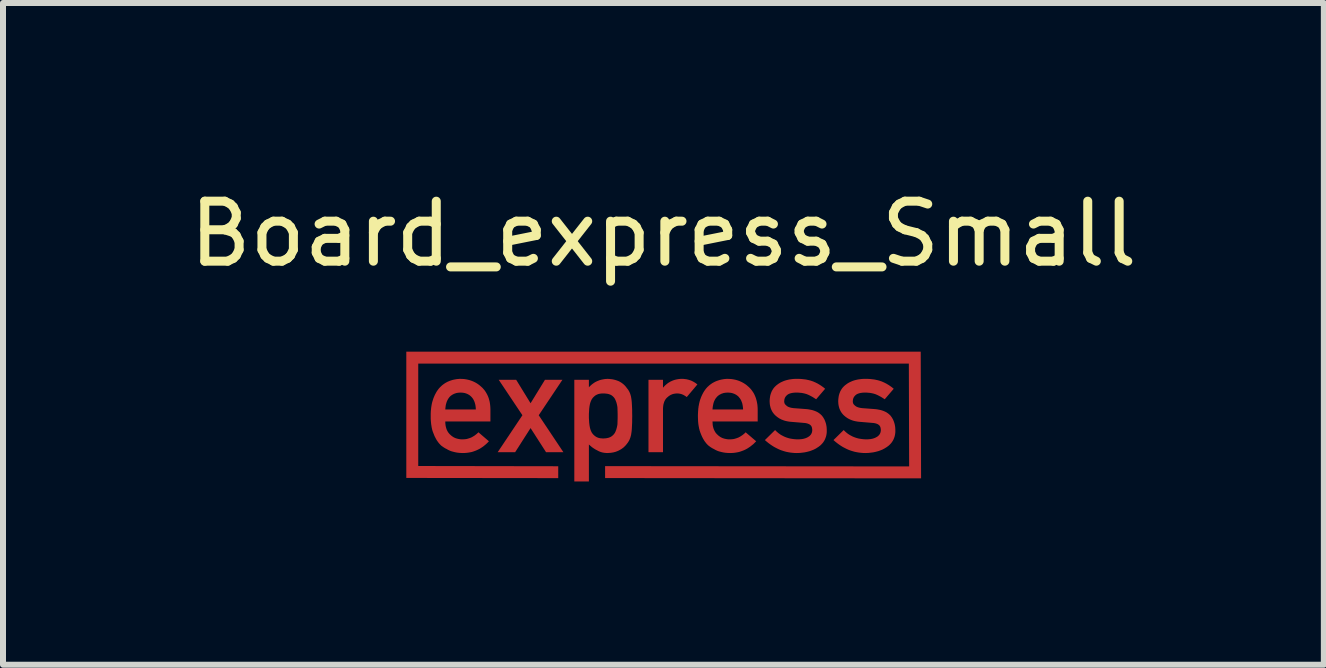
<source format=kicad_pcb>
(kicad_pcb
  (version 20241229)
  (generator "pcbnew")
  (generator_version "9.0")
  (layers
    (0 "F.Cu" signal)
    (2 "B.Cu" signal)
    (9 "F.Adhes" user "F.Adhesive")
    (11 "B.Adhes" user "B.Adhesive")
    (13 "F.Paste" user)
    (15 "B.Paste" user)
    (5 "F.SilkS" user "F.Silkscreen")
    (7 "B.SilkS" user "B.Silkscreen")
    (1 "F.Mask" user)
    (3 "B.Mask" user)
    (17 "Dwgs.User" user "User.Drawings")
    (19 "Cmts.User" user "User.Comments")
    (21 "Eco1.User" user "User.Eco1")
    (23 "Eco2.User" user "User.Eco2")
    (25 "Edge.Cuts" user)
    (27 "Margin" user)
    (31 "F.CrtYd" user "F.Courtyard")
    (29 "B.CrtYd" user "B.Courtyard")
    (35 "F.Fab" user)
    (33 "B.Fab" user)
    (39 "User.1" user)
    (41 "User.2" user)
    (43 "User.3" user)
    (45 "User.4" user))
  (footprint "Board_express_Small"
    (layer "F.Cu")
    (at 8.006 3.848)
    (property "Reference" "Board_express_Small" (at 0 -3 0) (unlocked yes) (layer "F.SilkS") (effects (font (size 1 1) (thickness 0.15))))
    (attr exclude_from_pos_files exclude_from_bom allow_missing_courtyard)
    (fp_poly (pts (xy -2.214 -0.178) (xy -1.974 -0.569) (xy -1.683 -0.569) (xy -2.078 0.022) (xy -1.667 0.638) (xy -1.956 0.638) (xy -2.214 0.236) (xy -2.471 0.638) (xy -2.762 0.638) (xy -2.35 0.022) (xy -2.745 -0.569) (xy -2.454 -0.569)) (stroke (width 0) (type solid)) (fill yes) (layer "F.Cu"))
    (fp_poly (pts (xy 4.294 1.074) (xy -0.972 1.069) (xy -0.972 0.87) (xy 4.095 0.875) (xy 4.09 -0.838) (xy -4.086 -0.838) (xy -4.086 0.868) (xy -1.753 0.872) (xy -1.753 1.07) (xy -4.285 1.067) (xy -4.285 -1.037) (xy 4.288 -1.037)) (stroke (width 0) (type solid)) (fill yes) (layer "F.Cu"))
    (fp_poly (pts (xy 0.33 -0.584) (xy 0.348 -0.582) (xy 0.365 -0.58) (xy 0.383 -0.578) (xy 0.399 -0.574) (xy 0.416 -0.57) (xy 0.432 -0.565) (xy 0.448 -0.56) (xy 0.464 -0.554) (xy 0.479 -0.547) (xy 0.495 -0.539) (xy 0.509 -0.531) (xy 0.524 -0.522) (xy 0.538 -0.513) (xy 0.552 -0.502) (xy 0.566 -0.491) (xy 0.389 -0.281) (xy 0.379 -0.288) (xy 0.37 -0.295) (xy 0.36 -0.301) (xy 0.35 -0.307) (xy 0.34 -0.313) (xy 0.331 -0.318) (xy 0.321 -0.322) (xy 0.311 -0.326) (xy 0.301 -0.33) (xy 0.291 -0.333) (xy 0.281 -0.335) (xy 0.271 -0.337) (xy 0.261 -0.339) (xy 0.25 -0.34) (xy 0.24 -0.341) (xy 0.23 -0.341) (xy 0.218 -0.341) (xy 0.207 -0.34) (xy 0.196 -0.339) (xy 0.185 -0.337) (xy 0.174 -0.335) (xy 0.164 -0.333) (xy 0.154 -0.33) (xy 0.143 -0.326) (xy 0.134 -0.322) (xy 0.124 -0.318) (xy 0.115 -0.313) (xy 0.105 -0.307) (xy 0.096 -0.301) (xy 0.087 -0.295) (xy 0.079 -0.288) (xy 0.071 -0.281) (xy 0.061 -0.273) (xy 0.053 -0.265) (xy 0.045 -0.256) (xy 0.038 -0.247) (xy 0.031 -0.237) (xy 0.025 -0.226) (xy 0.019 -0.215) (xy 0.014 -0.203) (xy 0.01 -0.191) (xy 0.006 -0.178) (xy 0.002 -0.165) (xy -0.001 -0.151) (xy -0.003 -0.136) (xy -0.005 -0.121) (xy -0.006 -0.105) (xy -0.007 -0.089) (xy -0.007 0.638) (xy -0.249 0.638) (xy -0.249 -0.569) (xy -0.007 -0.569) (xy -0.007 -0.441) (xy -0.002 -0.441) (xy 0.013 -0.459) (xy 0.029 -0.475) (xy 0.046 -0.49) (xy 0.063 -0.504) (xy 0.08 -0.517) (xy 0.099 -0.528) (xy 0.117 -0.539) (xy 0.137 -0.548) (xy 0.157 -0.557) (xy 0.177 -0.564) (xy 0.198 -0.57) (xy 0.22 -0.575) (xy 0.242 -0.579) (xy 0.265 -0.582) (xy 0.288 -0.584) (xy 0.312 -0.584)) (stroke (width 0) (type solid)) (fill yes) (layer "F.Cu"))
    (fp_poly (pts (xy -3.355 -0.583) (xy -3.33 -0.582) (xy -3.305 -0.579) (xy -3.281 -0.575) (xy -3.258 -0.57) (xy -3.234 -0.564) (xy -3.212 -0.557) (xy -3.19 -0.549) (xy -3.168 -0.54) (xy -3.147 -0.53) (xy -3.126 -0.519) (xy -3.106 -0.507) (xy -3.087 -0.494) (xy -3.068 -0.48) (xy -3.049 -0.464) (xy -3.031 -0.448) (xy -3.013 -0.431) (xy -2.997 -0.413) (xy -2.981 -0.394) (xy -2.967 -0.374) (xy -2.954 -0.353) (xy -2.942 -0.332) (xy -2.931 -0.31) (xy -2.921 -0.287) (xy -2.912 -0.263) (xy -2.905 -0.238) (xy -2.898 -0.213) (xy -2.893 -0.187) (xy -2.889 -0.16) (xy -2.886 -0.132) (xy -2.884 -0.103) (xy -2.883 -0.074) (xy -2.883 0.126) (xy -3.635 0.126) (xy -3.635 0.144) (xy -3.634 0.162) (xy -3.632 0.178) (xy -3.63 0.195) (xy -3.627 0.21) (xy -3.623 0.225) (xy -3.619 0.24) (xy -3.614 0.254) (xy -3.609 0.268) (xy -3.602 0.281) (xy -3.596 0.293) (xy -3.588 0.305) (xy -3.58 0.317) (xy -3.571 0.327) (xy -3.562 0.338) (xy -3.551 0.347) (xy -3.541 0.357) (xy -3.531 0.365) (xy -3.52 0.373) (xy -3.509 0.381) (xy -3.498 0.388) (xy -3.486 0.394) (xy -3.474 0.4) (xy -3.461 0.405) (xy -3.448 0.409) (xy -3.435 0.413) (xy -3.421 0.416) (xy -3.407 0.419) (xy -3.393 0.421) (xy -3.378 0.423) (xy -3.363 0.424) (xy -3.347 0.424) (xy -3.329 0.423) (xy -3.311 0.422) (xy -3.293 0.42) (xy -3.275 0.417) (xy -3.258 0.412) (xy -3.241 0.407) (xy -3.224 0.401) (xy -3.207 0.395) (xy -3.191 0.387) (xy -3.175 0.378) (xy -3.159 0.368) (xy -3.143 0.358) (xy -3.128 0.346) (xy -3.113 0.334) (xy -3.098 0.321) (xy -3.083 0.306) (xy -2.908 0.456) (xy -2.931 0.48) (xy -2.955 0.503) (xy -2.979 0.523) (xy -3.004 0.543) (xy -3.029 0.56) (xy -3.055 0.577) (xy -3.082 0.591) (xy -3.109 0.604) (xy -3.136 0.615) (xy -3.164 0.625) (xy -3.192 0.634) (xy -3.221 0.64) (xy -3.251 0.645) (xy -3.281 0.649) (xy -3.311 0.651) (xy -3.342 0.652) (xy -3.366 0.651) (xy -3.39 0.65) (xy -3.413 0.648) (xy -3.436 0.645) (xy -3.459 0.641) (xy -3.482 0.636) (xy -3.505 0.63) (xy -3.528 0.624) (xy -3.539 0.62) (xy -3.551 0.616) (xy -3.562 0.611) (xy -3.573 0.606) (xy -3.584 0.601) (xy -3.595 0.595) (xy -3.606 0.589) (xy -3.616 0.583) (xy -3.628 0.578) (xy -3.639 0.571) (xy -3.65 0.565) (xy -3.661 0.558) (xy -3.671 0.551) (xy -3.681 0.544) (xy -3.692 0.536) (xy -3.702 0.529) (xy -3.711 0.52) (xy -3.72 0.511) (xy -3.729 0.501) (xy -3.738 0.492) (xy -3.747 0.481) (xy -3.755 0.47) (xy -3.763 0.459) (xy -3.771 0.448) (xy -3.779 0.436) (xy -3.786 0.423) (xy -3.793 0.411) (xy -3.8 0.397) (xy -3.807 0.384) (xy -3.814 0.37) (xy -3.82 0.355) (xy -3.826 0.34) (xy -3.832 0.325) (xy -3.838 0.31) (xy -3.844 0.294) (xy -3.849 0.278) (xy -3.854 0.261) (xy -3.858 0.243) (xy -3.862 0.225) (xy -3.865 0.206) (xy -3.868 0.187) (xy -3.871 0.168) (xy -3.873 0.147) (xy -3.875 0.127) (xy -3.878 0.083) (xy -3.878 0.038) (xy -3.878 0.016) (xy -3.878 -0.006) (xy -3.877 -0.027) (xy -3.876 -0.048) (xy -3.874 -0.068) (xy -3.873 -0.074) (xy -3.635 -0.074) (xy -3.126 -0.074) (xy -3.127 -0.091) (xy -3.128 -0.108) (xy -3.13 -0.124) (xy -3.132 -0.14) (xy -3.135 -0.155) (xy -3.139 -0.17) (xy -3.143 -0.184) (xy -3.147 -0.197) (xy -3.152 -0.21) (xy -3.158 -0.223) (xy -3.164 -0.235) (xy -3.17 -0.246) (xy -3.177 -0.257) (xy -3.185 -0.267) (xy -3.193 -0.277) (xy -3.202 -0.287) (xy -3.211 -0.295) (xy -3.22 -0.303) (xy -3.229 -0.31) (xy -3.239 -0.317) (xy -3.249 -0.323) (xy -3.259 -0.328) (xy -3.27 -0.334) (xy -3.281 -0.338) (xy -3.292 -0.342) (xy -3.304 -0.346) (xy -3.316 -0.349) (xy -3.328 -0.351) (xy -3.341 -0.353) (xy -3.354 -0.354) (xy -3.367 -0.355) (xy -3.381 -0.355) (xy -3.394 -0.355) (xy -3.407 -0.354) (xy -3.42 -0.353) (xy -3.433 -0.351) (xy -3.445 -0.349) (xy -3.457 -0.346) (xy -3.469 -0.342) (xy -3.48 -0.338) (xy -3.491 -0.334) (xy -3.502 -0.328) (xy -3.512 -0.323) (xy -3.522 -0.317) (xy -3.532 -0.31) (xy -3.542 -0.303) (xy -3.551 -0.295) (xy -3.56 -0.287) (xy -3.568 -0.277) (xy -3.576 -0.267) (xy -3.583 -0.257) (xy -3.59 -0.246) (xy -3.596 -0.235) (xy -3.602 -0.223) (xy -3.608 -0.21) (xy -3.613 -0.197) (xy -3.617 -0.184) (xy -3.621 -0.17) (xy -3.625 -0.155) (xy -3.628 -0.14) (xy -3.63 -0.124) (xy -3.632 -0.108) (xy -3.634 -0.091) (xy -3.635 -0.074) (xy -3.873 -0.074) (xy -3.872 -0.088) (xy -3.87 -0.107) (xy -3.867 -0.126) (xy -3.864 -0.144) (xy -3.861 -0.162) (xy -3.857 -0.18) (xy -3.853 -0.197) (xy -3.848 -0.213) (xy -3.843 -0.229) (xy -3.838 -0.245) (xy -3.833 -0.26) (xy -3.827 -0.275) (xy -3.821 -0.289) (xy -3.815 -0.303) (xy -3.809 -0.317) (xy -3.802 -0.33) (xy -3.795 -0.343) (xy -3.788 -0.356) (xy -3.781 -0.368) (xy -3.774 -0.38) (xy -3.766 -0.391) (xy -3.758 -0.402) (xy -3.75 -0.413) (xy -3.742 -0.423) (xy -3.734 -0.432) (xy -3.725 -0.442) (xy -3.716 -0.451) (xy -3.707 -0.459) (xy -3.698 -0.468) (xy -3.689 -0.476) (xy -3.679 -0.484) (xy -3.67 -0.491) (xy -3.66 -0.498) (xy -3.65 -0.505) (xy -3.64 -0.512) (xy -3.63 -0.518) (xy -3.62 -0.524) (xy -3.609 -0.529) (xy -3.599 -0.535) (xy -3.588 -0.54) (xy -3.577 -0.544) (xy -3.566 -0.549) (xy -3.555 -0.553) (xy -3.533 -0.56) (xy -3.511 -0.567) (xy -3.489 -0.572) (xy -3.478 -0.574) (xy -3.467 -0.576) (xy -3.456 -0.578) (xy -3.445 -0.58) (xy -3.434 -0.581) (xy -3.424 -0.582) (xy -3.413 -0.583) (xy -3.402 -0.584) (xy -3.391 -0.584) (xy -3.381 -0.584)) (stroke (width 0) (type solid)) (fill yes) (layer "F.Cu"))
    (fp_poly (pts (xy 1.098 -0.583) (xy 1.124 -0.582) (xy 1.148 -0.579) (xy 1.172 -0.575) (xy 1.196 -0.57) (xy 1.219 -0.564) (xy 1.242 -0.557) (xy 1.264 -0.549) (xy 1.285 -0.54) (xy 1.306 -0.53) (xy 1.327 -0.519) (xy 1.347 -0.507) (xy 1.367 -0.494) (xy 1.386 -0.48) (xy 1.404 -0.464) (xy 1.423 -0.448) (xy 1.44 -0.431) (xy 1.457 -0.413) (xy 1.472 -0.394) (xy 1.486 -0.374) (xy 1.5 -0.353) (xy 1.512 -0.332) (xy 1.522 -0.31) (xy 1.532 -0.287) (xy 1.541 -0.263) (xy 1.548 -0.238) (xy 1.555 -0.213) (xy 1.56 -0.187) (xy 1.565 -0.16) (xy 1.568 -0.132) (xy 1.57 -0.103) (xy 1.571 -0.074) (xy 1.571 0.126) (xy 0.818 0.126) (xy 0.819 0.144) (xy 0.82 0.162) (xy 0.821 0.178) (xy 0.823 0.195) (xy 0.826 0.21) (xy 0.83 0.225) (xy 0.834 0.24) (xy 0.839 0.254) (xy 0.845 0.268) (xy 0.851 0.281) (xy 0.858 0.293) (xy 0.865 0.305) (xy 0.873 0.317) (xy 0.882 0.327) (xy 0.892 0.338) (xy 0.902 0.347) (xy 0.912 0.357) (xy 0.922 0.365) (xy 0.933 0.373) (xy 0.944 0.381) (xy 0.955 0.388) (xy 0.967 0.394) (xy 0.979 0.4) (xy 0.992 0.405) (xy 1.005 0.409) (xy 1.018 0.413) (xy 1.032 0.416) (xy 1.046 0.419) (xy 1.061 0.421) (xy 1.075 0.423) (xy 1.091 0.424) (xy 1.106 0.424) (xy 1.125 0.423) (xy 1.143 0.422) (xy 1.161 0.42) (xy 1.178 0.417) (xy 1.196 0.412) (xy 1.213 0.407) (xy 1.229 0.401) (xy 1.246 0.395) (xy 1.262 0.387) (xy 1.279 0.378) (xy 1.294 0.368) (xy 1.31 0.358) (xy 1.326 0.346) (xy 1.341 0.334) (xy 1.356 0.321) (xy 1.37 0.306) (xy 1.546 0.456) (xy 1.522 0.48) (xy 1.499 0.503) (xy 1.474 0.523) (xy 1.449 0.543) (xy 1.424 0.56) (xy 1.398 0.577) (xy 1.372 0.591) (xy 1.345 0.604) (xy 1.317 0.615) (xy 1.289 0.625) (xy 1.261 0.634) (xy 1.232 0.64) (xy 1.203 0.645) (xy 1.173 0.649) (xy 1.142 0.651) (xy 1.111 0.652) (xy 1.087 0.651) (xy 1.064 0.65) (xy 1.04 0.648) (xy 1.017 0.645) (xy 0.994 0.641) (xy 0.971 0.636) (xy 0.948 0.63) (xy 0.925 0.624) (xy 0.913 0.62) (xy 0.902 0.616) (xy 0.891 0.611) (xy 0.88 0.606) (xy 0.869 0.601) (xy 0.858 0.595) (xy 0.848 0.589) (xy 0.837 0.583) (xy 0.826 0.578) (xy 0.814 0.571) (xy 0.803 0.565) (xy 0.793 0.558) (xy 0.782 0.551) (xy 0.772 0.544) (xy 0.762 0.536) (xy 0.752 0.529) (xy 0.742 0.52) (xy 0.733 0.511) (xy 0.724 0.501) (xy 0.715 0.492) (xy 0.707 0.481) (xy 0.698 0.47) (xy 0.69 0.459) (xy 0.682 0.448) (xy 0.675 0.436) (xy 0.667 0.423) (xy 0.66 0.411) (xy 0.653 0.397) (xy 0.646 0.384) (xy 0.64 0.37) (xy 0.633 0.355) (xy 0.627 0.34) (xy 0.621 0.325) (xy 0.615 0.31) (xy 0.61 0.294) (xy 0.604 0.278) (xy 0.6 0.261) (xy 0.595 0.243) (xy 0.592 0.225) (xy 0.588 0.206) (xy 0.585 0.187) (xy 0.582 0.168) (xy 0.58 0.147) (xy 0.578 0.127) (xy 0.576 0.083) (xy 0.575 0.038) (xy 0.575 0.016) (xy 0.576 -0.006) (xy 0.577 -0.027) (xy 0.578 -0.048) (xy 0.58 -0.068) (xy 0.58 -0.074) (xy 0.818 -0.074) (xy 1.327 -0.074) (xy 1.327 -0.091) (xy 1.325 -0.108) (xy 1.323 -0.124) (xy 1.321 -0.14) (xy 1.318 -0.155) (xy 1.315 -0.17) (xy 1.311 -0.184) (xy 1.306 -0.197) (xy 1.301 -0.21) (xy 1.296 -0.223) (xy 1.29 -0.235) (xy 1.283 -0.246) (xy 1.276 -0.257) (xy 1.268 -0.267) (xy 1.26 -0.277) (xy 1.252 -0.287) (xy 1.243 -0.295) (xy 1.234 -0.303) (xy 1.224 -0.31) (xy 1.215 -0.317) (xy 1.204 -0.323) (xy 1.194 -0.328) (xy 1.183 -0.334) (xy 1.172 -0.338) (xy 1.161 -0.342) (xy 1.149 -0.346) (xy 1.137 -0.349) (xy 1.125 -0.351) (xy 1.112 -0.353) (xy 1.1 -0.354) (xy 1.086 -0.355) (xy 1.073 -0.355) (xy 1.059 -0.355) (xy 1.046 -0.354) (xy 1.033 -0.353) (xy 1.021 -0.351) (xy 1.008 -0.349) (xy 0.996 -0.346) (xy 0.985 -0.342) (xy 0.973 -0.338) (xy 0.962 -0.334) (xy 0.952 -0.328) (xy 0.941 -0.323) (xy 0.931 -0.317) (xy 0.921 -0.31) (xy 0.912 -0.303) (xy 0.903 -0.295) (xy 0.894 -0.287) (xy 0.886 -0.277) (xy 0.878 -0.267) (xy 0.87 -0.257) (xy 0.863 -0.246) (xy 0.857 -0.235) (xy 0.851 -0.223) (xy 0.845 -0.21) (xy 0.84 -0.197) (xy 0.836 -0.184) (xy 0.832 -0.17) (xy 0.829 -0.155) (xy 0.826 -0.14) (xy 0.823 -0.124) (xy 0.821 -0.108) (xy 0.819 -0.091) (xy 0.818 -0.074) (xy 0.58 -0.074) (xy 0.581 -0.088) (xy 0.584 -0.107) (xy 0.586 -0.126) (xy 0.59 -0.144) (xy 0.593 -0.162) (xy 0.597 -0.18) (xy 0.601 -0.197) (xy 0.605 -0.213) (xy 0.61 -0.229) (xy 0.615 -0.245) (xy 0.621 -0.26) (xy 0.626 -0.275) (xy 0.632 -0.289) (xy 0.638 -0.303) (xy 0.645 -0.317) (xy 0.651 -0.33) (xy 0.658 -0.343) (xy 0.665 -0.356) (xy 0.672 -0.368) (xy 0.68 -0.38) (xy 0.687 -0.391) (xy 0.695 -0.402) (xy 0.703 -0.413) (xy 0.711 -0.423) (xy 0.719 -0.432) (xy 0.728 -0.442) (xy 0.736 -0.451) (xy 0.746 -0.459) (xy 0.755 -0.468) (xy 0.764 -0.476) (xy 0.774 -0.484) (xy 0.783 -0.491) (xy 0.793 -0.498) (xy 0.803 -0.505) (xy 0.813 -0.512) (xy 0.823 -0.518) (xy 0.834 -0.524) (xy 0.844 -0.529) (xy 0.855 -0.535) (xy 0.865 -0.54) (xy 0.876 -0.544) (xy 0.887 -0.549) (xy 0.899 -0.553) (xy 0.92 -0.56) (xy 0.942 -0.567) (xy 0.953 -0.569) (xy 0.964 -0.572) (xy 0.975 -0.574) (xy 0.986 -0.576) (xy 0.997 -0.578) (xy 1.008 -0.58) (xy 1.019 -0.581) (xy 1.029 -0.582) (xy 1.04 -0.583) (xy 1.051 -0.584) (xy 1.062 -0.584) (xy 1.073 -0.584)) (stroke (width 0) (type solid)) (fill yes) (layer "F.Cu"))
    (fp_poly (pts (xy -0.903 -0.583) (xy -0.877 -0.58) (xy -0.851 -0.577) (xy -0.827 -0.572) (xy -0.803 -0.566) (xy -0.781 -0.559) (xy -0.759 -0.551) (xy -0.749 -0.547) (xy -0.738 -0.542) (xy -0.728 -0.537) (xy -0.719 -0.531) (xy -0.709 -0.526) (xy -0.7 -0.52) (xy -0.691 -0.513) (xy -0.682 -0.507) (xy -0.673 -0.5) (xy -0.665 -0.493) (xy -0.657 -0.486) (xy -0.649 -0.478) (xy -0.641 -0.47) (xy -0.634 -0.462) (xy -0.626 -0.453) (xy -0.619 -0.444) (xy -0.613 -0.435) (xy -0.606 -0.426) (xy -0.6 -0.419) (xy -0.594 -0.411) (xy -0.588 -0.403) (xy -0.583 -0.395) (xy -0.578 -0.387) (xy -0.573 -0.378) (xy -0.568 -0.369) (xy -0.564 -0.36) (xy -0.56 -0.351) (xy -0.556 -0.341) (xy -0.552 -0.331) (xy -0.549 -0.32) (xy -0.546 -0.31) (xy -0.543 -0.299) (xy -0.54 -0.288) (xy -0.538 -0.276) (xy -0.534 -0.251) (xy -0.53 -0.222) (xy -0.527 -0.189) (xy -0.525 -0.152) (xy -0.523 -0.111) (xy -0.521 -0.066) (xy -0.521 -0.017) (xy -0.52 0.036) (xy -0.521 0.087) (xy -0.521 0.135) (xy -0.523 0.179) (xy -0.525 0.219) (xy -0.527 0.256) (xy -0.53 0.289) (xy -0.534 0.317) (xy -0.538 0.343) (xy -0.54 0.354) (xy -0.543 0.365) (xy -0.546 0.376) (xy -0.549 0.387) (xy -0.552 0.397) (xy -0.556 0.407) (xy -0.56 0.417) (xy -0.564 0.427) (xy -0.568 0.436) (xy -0.573 0.446) (xy -0.578 0.454) (xy -0.583 0.463) (xy -0.588 0.471) (xy -0.594 0.48) (xy -0.6 0.487) (xy -0.606 0.495) (xy -0.613 0.504) (xy -0.619 0.512) (xy -0.626 0.52) (xy -0.633 0.528) (xy -0.641 0.536) (xy -0.648 0.543) (xy -0.656 0.551) (xy -0.664 0.558) (xy -0.672 0.565) (xy -0.681 0.571) (xy -0.69 0.578) (xy -0.699 0.584) (xy -0.708 0.59) (xy -0.718 0.595) (xy -0.727 0.601) (xy -0.738 0.606) (xy -0.748 0.612) (xy -0.758 0.616) (xy -0.769 0.621) (xy -0.78 0.625) (xy -0.791 0.629) (xy -0.802 0.633) (xy -0.814 0.636) (xy -0.826 0.639) (xy -0.838 0.642) (xy -0.851 0.644) (xy -0.863 0.646) (xy -0.876 0.648) (xy -0.889 0.649) (xy -0.903 0.65) (xy -0.917 0.651) (xy -0.93 0.652) (xy -0.942 0.651) (xy -0.954 0.651) (xy -0.965 0.65) (xy -0.976 0.649) (xy -0.987 0.648) (xy -0.998 0.646) (xy -1.008 0.644) (xy -1.019 0.642) (xy -1.029 0.639) (xy -1.039 0.636) (xy -1.049 0.633) (xy -1.059 0.629) (xy -1.069 0.625) (xy -1.078 0.621) (xy -1.087 0.616) (xy -1.097 0.611) (xy -1.106 0.606) (xy -1.116 0.601) (xy -1.126 0.596) (xy -1.135 0.591) (xy -1.145 0.585) (xy -1.154 0.579) (xy -1.163 0.573) (xy -1.173 0.567) (xy -1.182 0.56) (xy -1.191 0.554) (xy -1.199 0.547) (xy -1.208 0.539) (xy -1.217 0.532) (xy -1.225 0.524) (xy -1.234 0.517) (xy -1.242 0.509) (xy -1.242 1.126) (xy -1.485 1.126) (xy -1.485 0.036) (xy -1.242 0.036) (xy -1.242 0.052) (xy -1.242 0.068) (xy -1.241 0.084) (xy -1.24 0.1) (xy -1.239 0.115) (xy -1.238 0.131) (xy -1.237 0.147) (xy -1.235 0.163) (xy -1.233 0.18) (xy -1.231 0.196) (xy -1.228 0.212) (xy -1.225 0.228) (xy -1.221 0.243) (xy -1.217 0.257) (xy -1.212 0.272) (xy -1.206 0.286) (xy -1.203 0.292) (xy -1.2 0.299) (xy -1.197 0.305) (xy -1.193 0.312) (xy -1.189 0.318) (xy -1.185 0.324) (xy -1.181 0.329) (xy -1.176 0.335) (xy -1.171 0.34) (xy -1.167 0.346) (xy -1.161 0.351) (xy -1.156 0.356) (xy -1.151 0.36) (xy -1.145 0.365) (xy -1.139 0.37) (xy -1.133 0.374) (xy -1.127 0.378) (xy -1.12 0.382) (xy -1.114 0.386) (xy -1.107 0.389) (xy -1.1 0.392) (xy -1.093 0.395) (xy -1.085 0.398) (xy -1.077 0.4) (xy -1.069 0.402) (xy -1.06 0.404) (xy -1.052 0.405) (xy -1.043 0.407) (xy -1.033 0.407) (xy -1.024 0.408) (xy -1.014 0.409) (xy -1.004 0.409) (xy -0.993 0.409) (xy -0.983 0.408) (xy -0.973 0.407) (xy -0.963 0.407) (xy -0.954 0.405) (xy -0.944 0.404) (xy -0.936 0.402) (xy -0.927 0.4) (xy -0.918 0.398) (xy -0.91 0.396) (xy -0.903 0.393) (xy -0.895 0.39) (xy -0.888 0.387) (xy -0.881 0.384) (xy -0.874 0.38) (xy -0.868 0.376) (xy -0.862 0.372) (xy -0.856 0.367) (xy -0.85 0.363) (xy -0.845 0.358) (xy -0.84 0.353) (xy -0.835 0.348) (xy -0.83 0.343) (xy -0.825 0.338) (xy -0.821 0.332) (xy -0.817 0.327) (xy -0.813 0.321) (xy -0.809 0.315) (xy -0.806 0.309) (xy -0.803 0.303) (xy -0.8 0.297) (xy -0.797 0.29) (xy -0.792 0.276) (xy -0.786 0.262) (xy -0.782 0.247) (xy -0.778 0.233) (xy -0.774 0.217) (xy -0.771 0.202) (xy -0.768 0.186) (xy -0.766 0.169) (xy -0.764 0.103) (xy -0.763 0.07) (xy -0.763 0.036) (xy -0.763 -0.000165) (xy -0.764 -0.036) (xy -0.766 -0.105) (xy -0.768 -0.122) (xy -0.771 -0.139) (xy -0.774 -0.154) (xy -0.778 -0.17) (xy -0.782 -0.185) (xy -0.786 -0.199) (xy -0.789 -0.206) (xy -0.792 -0.213) (xy -0.794 -0.219) (xy -0.797 -0.226) (xy -0.8 -0.233) (xy -0.803 -0.239) (xy -0.806 -0.246) (xy -0.809 -0.252) (xy -0.813 -0.258) (xy -0.817 -0.264) (xy -0.821 -0.269) (xy -0.825 -0.275) (xy -0.83 -0.28) (xy -0.835 -0.285) (xy -0.84 -0.29) (xy -0.845 -0.295) (xy -0.85 -0.299) (xy -0.856 -0.304) (xy -0.862 -0.308) (xy -0.868 -0.312) (xy -0.874 -0.316) (xy -0.881 -0.319) (xy -0.888 -0.322) (xy -0.895 -0.325) (xy -0.903 -0.327) (xy -0.91 -0.33) (xy -0.918 -0.332) (xy -0.927 -0.334) (xy -0.936 -0.336) (xy -0.944 -0.337) (xy -0.954 -0.338) (xy -0.963 -0.339) (xy -0.973 -0.34) (xy -0.983 -0.341) (xy -0.993 -0.341) (xy -1.004 -0.341) (xy -1.014 -0.341) (xy -1.024 -0.341) (xy -1.033 -0.34) (xy -1.043 -0.339) (xy -1.052 -0.338) (xy -1.06 -0.336) (xy -1.069 -0.335) (xy -1.077 -0.333) (xy -1.085 -0.331) (xy -1.093 -0.328) (xy -1.1 -0.325) (xy -1.107 -0.322) (xy -1.114 -0.319) (xy -1.12 -0.315) (xy -1.127 -0.312) (xy -1.133 -0.308) (xy -1.139 -0.303) (xy -1.145 -0.299) (xy -1.151 -0.294) (xy -1.156 -0.289) (xy -1.161 -0.284) (xy -1.167 -0.279) (xy -1.171 -0.274) (xy -1.176 -0.269) (xy -1.181 -0.263) (xy -1.185 -0.257) (xy -1.189 -0.251) (xy -1.193 -0.245) (xy -1.197 -0.239) (xy -1.2 -0.232) (xy -1.203 -0.226) (xy -1.206 -0.219) (xy -1.212 -0.205) (xy -1.217 -0.191) (xy -1.221 -0.177) (xy -1.225 -0.162) (xy -1.228 -0.147) (xy -1.231 -0.132) (xy -1.233 -0.116) (xy -1.235 -0.101) (xy -1.237 -0.084) (xy -1.238 -0.067) (xy -1.239 -0.05) (xy -1.24 -0.033) (xy -1.241 -0.016) (xy -1.242 0.001) (xy -1.242 0.019) (xy -1.242 0.036) (xy -1.485 0.036) (xy -1.485 -0.569) (xy -1.242 -0.569) (xy -1.242 -0.444) (xy -1.227 -0.46) (xy -1.211 -0.475) (xy -1.194 -0.49) (xy -1.177 -0.503) (xy -1.16 -0.515) (xy -1.142 -0.527) (xy -1.123 -0.537) (xy -1.104 -0.546) (xy -1.084 -0.554) (xy -1.064 -0.562) (xy -1.043 -0.568) (xy -1.022 -0.573) (xy -1 -0.577) (xy -0.977 -0.581) (xy -0.954 -0.583) (xy -0.93 -0.584)) (stroke (width 0) (type solid)) (fill yes) (layer "F.Cu"))
    (fp_poly (pts (xy 2.241 -0.584) (xy 2.261 -0.584) (xy 2.281 -0.583) (xy 2.3 -0.582) (xy 2.318 -0.58) (xy 2.336 -0.578) (xy 2.354 -0.576) (xy 2.371 -0.574) (xy 2.387 -0.571) (xy 2.403 -0.567) (xy 2.419 -0.564) (xy 2.434 -0.56) (xy 2.45 -0.556) (xy 2.465 -0.551) (xy 2.48 -0.546) (xy 2.495 -0.541) (xy 2.508 -0.535) (xy 2.522 -0.529) (xy 2.536 -0.523) (xy 2.549 -0.516) (xy 2.562 -0.51) (xy 2.575 -0.503) (xy 2.588 -0.495) (xy 2.6 -0.488) (xy 2.613 -0.48) (xy 2.625 -0.472) (xy 2.637 -0.464) (xy 2.649 -0.455) (xy 2.661 -0.447) (xy 2.672 -0.438) (xy 2.684 -0.428) (xy 2.695 -0.419) (xy 2.545 -0.244) (xy 2.527 -0.256) (xy 2.509 -0.267) (xy 2.491 -0.279) (xy 2.473 -0.289) (xy 2.454 -0.299) (xy 2.435 -0.309) (xy 2.416 -0.318) (xy 2.397 -0.326) (xy 2.387 -0.33) (xy 2.377 -0.333) (xy 2.367 -0.336) (xy 2.357 -0.339) (xy 2.347 -0.341) (xy 2.336 -0.344) (xy 2.325 -0.346) (xy 2.314 -0.348) (xy 2.303 -0.35) (xy 2.292 -0.351) (xy 2.269 -0.353) (xy 2.245 -0.355) (xy 2.221 -0.355) (xy 2.206 -0.355) (xy 2.193 -0.355) (xy 2.18 -0.354) (xy 2.168 -0.353) (xy 2.156 -0.351) (xy 2.144 -0.35) (xy 2.134 -0.347) (xy 2.123 -0.345) (xy 2.114 -0.342) (xy 2.105 -0.339) (xy 2.096 -0.336) (xy 2.088 -0.332) (xy 2.08 -0.328) (xy 2.073 -0.324) (xy 2.067 -0.319) (xy 2.061 -0.314) (xy 2.055 -0.309) (xy 2.05 -0.304) (xy 2.045 -0.298) (xy 2.04 -0.293) (xy 2.036 -0.287) (xy 2.032 -0.281) (xy 2.028 -0.274) (xy 2.025 -0.268) (xy 2.022 -0.261) (xy 2.02 -0.255) (xy 2.018 -0.248) (xy 2.016 -0.24) (xy 2.015 -0.233) (xy 2.014 -0.225) (xy 2.014 -0.218) (xy 2.013 -0.21) (xy 2.013 -0.205) (xy 2.013 -0.2) (xy 2.014 -0.195) (xy 2.015 -0.19) (xy 2.016 -0.185) (xy 2.017 -0.181) (xy 2.019 -0.176) (xy 2.021 -0.172) (xy 2.023 -0.167) (xy 2.026 -0.163) (xy 2.029 -0.159) (xy 2.033 -0.155) (xy 2.036 -0.151) (xy 2.041 -0.147) (xy 2.045 -0.143) (xy 2.05 -0.139) (xy 2.054 -0.135) (xy 2.059 -0.131) (xy 2.064 -0.127) (xy 2.07 -0.124) (xy 2.076 -0.12) (xy 2.083 -0.117) (xy 2.09 -0.114) (xy 2.098 -0.111) (xy 2.106 -0.109) (xy 2.114 -0.106) (xy 2.123 -0.104) (xy 2.132 -0.102) (xy 2.142 -0.1) (xy 2.152 -0.099) (xy 2.162 -0.097) (xy 2.173 -0.096) (xy 2.373 -0.081) (xy 2.396 -0.079) (xy 2.418 -0.076) (xy 2.439 -0.072) (xy 2.46 -0.068) (xy 2.48 -0.064) (xy 2.499 -0.058) (xy 2.517 -0.052) (xy 2.535 -0.045) (xy 2.551 -0.038) (xy 2.567 -0.03) (xy 2.582 -0.021) (xy 2.596 -0.011) (xy 2.61 -0.001) (xy 2.622 0.01) (xy 2.634 0.021) (xy 2.645 0.033) (xy 2.654 0.046) (xy 2.663 0.058) (xy 2.671 0.072) (xy 2.679 0.085) (xy 2.686 0.099) (xy 2.692 0.114) (xy 2.698 0.129) (xy 2.703 0.144) (xy 2.708 0.16) (xy 2.712 0.176) (xy 2.715 0.192) (xy 2.718 0.209) (xy 2.72 0.227) (xy 2.721 0.244) (xy 2.722 0.262) (xy 2.722 0.281) (xy 2.722 0.303) (xy 2.72 0.323) (xy 2.717 0.344) (xy 2.713 0.364) (xy 2.708 0.383) (xy 2.701 0.401) (xy 2.698 0.41) (xy 2.694 0.419) (xy 2.69 0.428) (xy 2.686 0.436) (xy 2.681 0.445) (xy 2.676 0.453) (xy 2.671 0.461) (xy 2.666 0.469) (xy 2.66 0.477) (xy 2.654 0.484) (xy 2.648 0.492) (xy 2.641 0.499) (xy 2.628 0.513) (xy 2.613 0.527) (xy 2.597 0.539) (xy 2.58 0.552) (xy 2.562 0.563) (xy 2.544 0.575) (xy 2.525 0.585) (xy 2.505 0.595) (xy 2.485 0.603) (xy 2.464 0.611) (xy 2.443 0.619) (xy 2.421 0.625) (xy 2.398 0.631) (xy 2.375 0.636) (xy 2.351 0.641) (xy 2.327 0.644) (xy 2.301 0.647) (xy 2.276 0.65) (xy 2.249 0.651) (xy 2.223 0.652) (xy 2.186 0.651) (xy 2.15 0.648) (xy 2.114 0.644) (xy 2.079 0.638) (xy 2.044 0.631) (xy 2.009 0.621) (xy 1.975 0.61) (xy 1.942 0.598) (xy 1.909 0.583) (xy 1.877 0.567) (xy 1.845 0.55) (xy 1.813 0.53) (xy 1.782 0.509) (xy 1.751 0.486) (xy 1.721 0.462) (xy 1.691 0.436) (xy 1.861 0.269) (xy 1.88 0.288) (xy 1.899 0.305) (xy 1.919 0.322) (xy 1.94 0.337) (xy 1.961 0.351) (xy 1.984 0.363) (xy 2.007 0.375) (xy 2.03 0.385) (xy 2.054 0.394) (xy 2.079 0.402) (xy 2.105 0.409) (xy 2.131 0.414) (xy 2.158 0.418) (xy 2.185 0.421) (xy 2.214 0.423) (xy 2.243 0.424) (xy 2.256 0.424) (xy 2.268 0.423) (xy 2.28 0.422) (xy 2.292 0.421) (xy 2.304 0.42) (xy 2.316 0.418) (xy 2.327 0.416) (xy 2.338 0.414) (xy 2.348 0.411) (xy 2.358 0.408) (xy 2.368 0.405) (xy 2.378 0.401) (xy 2.387 0.397) (xy 2.396 0.393) (xy 2.405 0.388) (xy 2.413 0.383) (xy 2.421 0.378) (xy 2.429 0.373) (xy 2.436 0.367) (xy 2.442 0.361) (xy 2.448 0.355) (xy 2.454 0.348) (xy 2.459 0.341) (xy 2.463 0.334) (xy 2.467 0.327) (xy 2.47 0.32) (xy 2.473 0.312) (xy 2.476 0.304) (xy 2.477 0.296) (xy 2.479 0.287) (xy 2.48 0.278) (xy 2.48 0.269) (xy 2.48 0.261) (xy 2.479 0.254) (xy 2.478 0.246) (xy 2.477 0.239) (xy 2.476 0.232) (xy 2.474 0.226) (xy 2.473 0.223) (xy 2.472 0.22) (xy 2.471 0.217) (xy 2.47 0.214) (xy 2.469 0.211) (xy 2.467 0.209) (xy 2.466 0.206) (xy 2.464 0.203) (xy 2.463 0.201) (xy 2.461 0.199) (xy 2.459 0.196) (xy 2.457 0.194) (xy 2.456 0.192) (xy 2.454 0.19) (xy 2.452 0.188) (xy 2.449 0.186) (xy 2.447 0.184) (xy 2.445 0.182) (xy 2.443 0.18) (xy 2.44 0.179) (xy 2.435 0.175) (xy 2.43 0.172) (xy 2.424 0.169) (xy 2.418 0.167) (xy 2.412 0.164) (xy 2.406 0.162) (xy 2.399 0.16) (xy 2.393 0.158) (xy 2.386 0.156) (xy 2.379 0.155) (xy 2.371 0.153) (xy 2.364 0.152) (xy 2.356 0.151) (xy 2.348 0.15) (xy 2.34 0.15) (xy 2.332 0.149) (xy 2.118 0.131) (xy 2.099 0.129) (xy 2.081 0.126) (xy 2.063 0.123) (xy 2.045 0.119) (xy 2.028 0.115) (xy 2.012 0.11) (xy 1.995 0.104) (xy 1.98 0.098) (xy 1.964 0.092) (xy 1.95 0.084) (xy 1.935 0.077) (xy 1.921 0.068) (xy 1.908 0.059) (xy 1.895 0.05) (xy 1.882 0.039) (xy 1.87 0.029) (xy 1.858 0.018) (xy 1.847 0.006) (xy 1.837 -0.006) (xy 1.827 -0.019) (xy 1.818 -0.032) (xy 1.81 -0.046) (xy 1.803 -0.06) (xy 1.796 -0.075) (xy 1.79 -0.09) (xy 1.785 -0.106) (xy 1.781 -0.122) (xy 1.777 -0.139) (xy 1.774 -0.156) (xy 1.772 -0.174) (xy 1.771 -0.193) (xy 1.77 -0.212) (xy 1.771 -0.235) (xy 1.773 -0.257) (xy 1.776 -0.279) (xy 1.779 -0.299) (xy 1.784 -0.319) (xy 1.79 -0.339) (xy 1.797 -0.357) (xy 1.804 -0.375) (xy 1.813 -0.392) (xy 1.823 -0.408) (xy 1.833 -0.424) (xy 1.845 -0.439) (xy 1.858 -0.453) (xy 1.871 -0.466) (xy 1.886 -0.479) (xy 1.902 -0.491) (xy 1.918 -0.503) (xy 1.934 -0.513) (xy 1.951 -0.523) (xy 1.969 -0.532) (xy 1.987 -0.54) (xy 2.005 -0.548) (xy 2.025 -0.555) (xy 2.044 -0.561) (xy 2.064 -0.566) (xy 2.085 -0.571) (xy 2.106 -0.575) (xy 2.128 -0.578) (xy 2.15 -0.581) (xy 2.173 -0.583) (xy 2.197 -0.584) (xy 2.221 -0.584)) (stroke (width 0) (type solid)) (fill yes) (layer "F.Cu"))
    (fp_poly (pts (xy 3.384 -0.584) (xy 3.404 -0.584) (xy 3.424 -0.583) (xy 3.443 -0.582) (xy 3.461 -0.58) (xy 3.479 -0.578) (xy 3.496 -0.576) (xy 3.513 -0.574) (xy 3.529 -0.571) (xy 3.546 -0.567) (xy 3.562 -0.564) (xy 3.577 -0.56) (xy 3.593 -0.556) (xy 3.608 -0.551) (xy 3.623 -0.546) (xy 3.638 -0.541) (xy 3.651 -0.535) (xy 3.665 -0.529) (xy 3.679 -0.523) (xy 3.692 -0.516) (xy 3.705 -0.51) (xy 3.718 -0.503) (xy 3.731 -0.495) (xy 3.743 -0.488) (xy 3.756 -0.48) (xy 3.768 -0.472) (xy 3.78 -0.464) (xy 3.792 -0.455) (xy 3.804 -0.447) (xy 3.815 -0.438) (xy 3.827 -0.428) (xy 3.838 -0.419) (xy 3.688 -0.244) (xy 3.67 -0.256) (xy 3.652 -0.267) (xy 3.634 -0.279) (xy 3.616 -0.289) (xy 3.597 -0.299) (xy 3.578 -0.309) (xy 3.559 -0.318) (xy 3.54 -0.326) (xy 3.53 -0.33) (xy 3.52 -0.333) (xy 3.51 -0.336) (xy 3.5 -0.339) (xy 3.49 -0.341) (xy 3.479 -0.344) (xy 3.468 -0.346) (xy 3.457 -0.348) (xy 3.446 -0.35) (xy 3.435 -0.351) (xy 3.412 -0.353) (xy 3.388 -0.355) (xy 3.364 -0.355) (xy 3.349 -0.355) (xy 3.336 -0.355) (xy 3.323 -0.354) (xy 3.311 -0.353) (xy 3.299 -0.351) (xy 3.287 -0.35) (xy 3.277 -0.347) (xy 3.266 -0.345) (xy 3.257 -0.342) (xy 3.248 -0.339) (xy 3.239 -0.336) (xy 3.231 -0.332) (xy 3.223 -0.328) (xy 3.216 -0.324) (xy 3.21 -0.319) (xy 3.204 -0.314) (xy 3.198 -0.309) (xy 3.193 -0.304) (xy 3.188 -0.298) (xy 3.183 -0.293) (xy 3.179 -0.287) (xy 3.175 -0.281) (xy 3.171 -0.274) (xy 3.168 -0.268) (xy 3.165 -0.261) (xy 3.163 -0.255) (xy 3.161 -0.248) (xy 3.159 -0.24) (xy 3.158 -0.233) (xy 3.157 -0.225) (xy 3.157 -0.218) (xy 3.156 -0.21) (xy 3.156 -0.205) (xy 3.156 -0.2) (xy 3.157 -0.195) (xy 3.158 -0.19) (xy 3.159 -0.185) (xy 3.16 -0.181) (xy 3.162 -0.176) (xy 3.164 -0.172) (xy 3.166 -0.167) (xy 3.169 -0.163) (xy 3.172 -0.159) (xy 3.175 -0.155) (xy 3.179 -0.151) (xy 3.183 -0.147) (xy 3.187 -0.143) (xy 3.192 -0.139) (xy 3.197 -0.135) (xy 3.202 -0.131) (xy 3.207 -0.127) (xy 3.213 -0.124) (xy 3.219 -0.12) (xy 3.226 -0.117) (xy 3.233 -0.114) (xy 3.241 -0.111) (xy 3.248 -0.109) (xy 3.257 -0.106) (xy 3.266 -0.104) (xy 3.275 -0.102) (xy 3.284 -0.1) (xy 3.294 -0.099) (xy 3.305 -0.097) (xy 3.315 -0.096) (xy 3.516 -0.081) (xy 3.539 -0.079) (xy 3.561 -0.076) (xy 3.582 -0.072) (xy 3.603 -0.068) (xy 3.623 -0.064) (xy 3.642 -0.058) (xy 3.66 -0.052) (xy 3.678 -0.045) (xy 3.694 -0.038) (xy 3.71 -0.03) (xy 3.725 -0.021) (xy 3.739 -0.011) (xy 3.753 -0.001) (xy 3.765 0.01) (xy 3.777 0.021) (xy 3.788 0.033) (xy 3.797 0.046) (xy 3.806 0.058) (xy 3.814 0.072) (xy 3.822 0.085) (xy 3.829 0.099) (xy 3.835 0.114) (xy 3.841 0.129) (xy 3.846 0.144) (xy 3.851 0.16) (xy 3.855 0.176) (xy 3.858 0.192) (xy 3.861 0.209) (xy 3.863 0.227) (xy 3.864 0.244) (xy 3.865 0.262) (xy 3.865 0.281) (xy 3.865 0.303) (xy 3.863 0.323) (xy 3.86 0.344) (xy 3.856 0.364) (xy 3.851 0.383) (xy 3.844 0.401) (xy 3.841 0.41) (xy 3.837 0.419) (xy 3.833 0.428) (xy 3.829 0.436) (xy 3.824 0.445) (xy 3.819 0.453) (xy 3.814 0.461) (xy 3.809 0.469) (xy 3.803 0.477) (xy 3.797 0.484) (xy 3.791 0.492) (xy 3.784 0.499) (xy 3.771 0.513) (xy 3.756 0.527) (xy 3.74 0.539) (xy 3.723 0.552) (xy 3.705 0.563) (xy 3.686 0.575) (xy 3.667 0.585) (xy 3.648 0.595) (xy 3.628 0.603) (xy 3.607 0.611) (xy 3.585 0.619) (xy 3.563 0.625) (xy 3.541 0.631) (xy 3.518 0.636) (xy 3.494 0.641) (xy 3.469 0.644) (xy 3.444 0.647) (xy 3.419 0.65) (xy 3.392 0.651) (xy 3.366 0.652) (xy 3.329 0.651) (xy 3.293 0.648) (xy 3.257 0.644) (xy 3.222 0.638) (xy 3.187 0.631) (xy 3.152 0.621) (xy 3.118 0.61) (xy 3.085 0.598) (xy 3.052 0.583) (xy 3.02 0.567) (xy 2.988 0.55) (xy 2.956 0.53) (xy 2.925 0.509) (xy 2.894 0.486) (xy 2.864 0.462) (xy 2.834 0.436) (xy 3.004 0.269) (xy 3.023 0.288) (xy 3.042 0.305) (xy 3.062 0.322) (xy 3.083 0.337) (xy 3.105 0.351) (xy 3.127 0.363) (xy 3.15 0.375) (xy 3.173 0.385) (xy 3.197 0.394) (xy 3.222 0.402) (xy 3.248 0.409) (xy 3.274 0.414) (xy 3.301 0.418) (xy 3.328 0.421) (xy 3.357 0.423) (xy 3.386 0.424) (xy 3.399 0.424) (xy 3.411 0.423) (xy 3.423 0.422) (xy 3.435 0.421) (xy 3.447 0.42) (xy 3.459 0.418) (xy 3.47 0.416) (xy 3.481 0.414) (xy 3.491 0.411) (xy 3.501 0.408) (xy 3.511 0.405) (xy 3.521 0.401) (xy 3.53 0.397) (xy 3.539 0.393) (xy 3.548 0.388) (xy 3.556 0.383) (xy 3.565 0.378) (xy 3.572 0.373) (xy 3.579 0.367) (xy 3.585 0.361) (xy 3.591 0.355) (xy 3.597 0.348) (xy 3.602 0.341) (xy 3.606 0.334) (xy 3.61 0.327) (xy 3.613 0.32) (xy 3.616 0.312) (xy 3.619 0.304) (xy 3.62 0.296) (xy 3.622 0.287) (xy 3.623 0.278) (xy 3.623 0.269) (xy 3.623 0.261) (xy 3.622 0.254) (xy 3.621 0.246) (xy 3.62 0.239) (xy 3.619 0.232) (xy 3.617 0.226) (xy 3.616 0.223) (xy 3.615 0.22) (xy 3.614 0.217) (xy 3.613 0.214) (xy 3.612 0.211) (xy 3.61 0.209) (xy 3.609 0.206) (xy 3.607 0.203) (xy 3.606 0.201) (xy 3.604 0.199) (xy 3.602 0.196) (xy 3.6 0.194) (xy 3.599 0.192) (xy 3.597 0.19) (xy 3.595 0.188) (xy 3.592 0.186) (xy 3.59 0.184) (xy 3.588 0.182) (xy 3.586 0.18) (xy 3.583 0.179) (xy 3.578 0.175) (xy 3.573 0.172) (xy 3.567 0.169) (xy 3.561 0.167) (xy 3.555 0.164) (xy 3.549 0.162) (xy 3.542 0.16) (xy 3.536 0.158) (xy 3.529 0.156) (xy 3.522 0.155) (xy 3.514 0.153) (xy 3.507 0.152) (xy 3.499 0.151) (xy 3.491 0.15) (xy 3.483 0.15) (xy 3.475 0.149) (xy 3.261 0.131) (xy 3.242 0.129) (xy 3.224 0.126) (xy 3.206 0.123) (xy 3.188 0.119) (xy 3.171 0.115) (xy 3.155 0.11) (xy 3.138 0.104) (xy 3.123 0.098) (xy 3.107 0.092) (xy 3.093 0.084) (xy 3.078 0.077) (xy 3.064 0.068) (xy 3.051 0.059) (xy 3.038 0.05) (xy 3.025 0.039) (xy 3.013 0.029) (xy 3.001 0.018) (xy 2.99 0.006) (xy 2.98 -0.006) (xy 2.97 -0.019) (xy 2.961 -0.032) (xy 2.953 -0.046) (xy 2.946 -0.06) (xy 2.939 -0.075) (xy 2.933 -0.09) (xy 2.928 -0.106) (xy 2.924 -0.122) (xy 2.92 -0.139) (xy 2.917 -0.156) (xy 2.915 -0.174) (xy 2.914 -0.193) (xy 2.913 -0.212) (xy 2.914 -0.235) (xy 2.916 -0.257) (xy 2.919 -0.279) (xy 2.922 -0.299) (xy 2.927 -0.319) (xy 2.933 -0.339) (xy 2.94 -0.357) (xy 2.947 -0.375) (xy 2.956 -0.392) (xy 2.966 -0.408) (xy 2.976 -0.424) (xy 2.988 -0.439) (xy 3.001 -0.453) (xy 3.014 -0.466) (xy 3.029 -0.479) (xy 3.045 -0.491) (xy 3.061 -0.503) (xy 3.077 -0.513) (xy 3.094 -0.523) (xy 3.112 -0.532) (xy 3.13 -0.54) (xy 3.148 -0.548) (xy 3.168 -0.555) (xy 3.187 -0.561) (xy 3.207 -0.566) (xy 3.228 -0.571) (xy 3.249 -0.575) (xy 3.271 -0.578) (xy 3.293 -0.581) (xy 3.316 -0.583) (xy 3.34 -0.584) (xy 3.364 -0.584)) (stroke (width 0) (type solid)) (fill yes) (layer "F.Cu"))
    (fp_poly (pts (xy -2.214 -0.178) (xy -1.974 -0.569) (xy -1.683 -0.569) (xy -2.078 0.022) (xy -1.667 0.638) (xy -1.956 0.638) (xy -2.214 0.236) (xy -2.471 0.638) (xy -2.762 0.638) (xy -2.35 0.022) (xy -2.745 -0.569) (xy -2.454 -0.569)) (stroke (width 0) (type solid)) (fill yes) (layer "F.Mask"))
    (fp_poly (pts (xy 4.294 1.074) (xy -0.972 1.069) (xy -0.972 0.87) (xy 4.095 0.875) (xy 4.09 -0.838) (xy -4.086 -0.838) (xy -4.086 0.868) (xy -1.753 0.872) (xy -1.753 1.07) (xy -4.285 1.067) (xy -4.285 -1.037) (xy 4.288 -1.037)) (stroke (width 0) (type solid)) (fill yes) (layer "F.Mask"))
    (fp_poly (pts (xy 0.33 -0.584) (xy 0.348 -0.582) (xy 0.365 -0.58) (xy 0.383 -0.578) (xy 0.399 -0.574) (xy 0.416 -0.57) (xy 0.432 -0.565) (xy 0.448 -0.56) (xy 0.464 -0.554) (xy 0.479 -0.547) (xy 0.495 -0.539) (xy 0.509 -0.531) (xy 0.524 -0.522) (xy 0.538 -0.513) (xy 0.552 -0.502) (xy 0.566 -0.491) (xy 0.389 -0.281) (xy 0.379 -0.288) (xy 0.37 -0.295) (xy 0.36 -0.301) (xy 0.35 -0.307) (xy 0.34 -0.313) (xy 0.331 -0.318) (xy 0.321 -0.322) (xy 0.311 -0.326) (xy 0.301 -0.33) (xy 0.291 -0.333) (xy 0.281 -0.335) (xy 0.271 -0.337) (xy 0.261 -0.339) (xy 0.25 -0.34) (xy 0.24 -0.341) (xy 0.23 -0.341) (xy 0.218 -0.341) (xy 0.207 -0.34) (xy 0.196 -0.339) (xy 0.185 -0.337) (xy 0.174 -0.335) (xy 0.164 -0.333) (xy 0.154 -0.33) (xy 0.143 -0.326) (xy 0.134 -0.322) (xy 0.124 -0.318) (xy 0.115 -0.313) (xy 0.105 -0.307) (xy 0.096 -0.301) (xy 0.087 -0.295) (xy 0.079 -0.288) (xy 0.071 -0.281) (xy 0.061 -0.273) (xy 0.053 -0.265) (xy 0.045 -0.256) (xy 0.038 -0.247) (xy 0.031 -0.237) (xy 0.025 -0.226) (xy 0.019 -0.215) (xy 0.014 -0.203) (xy 0.01 -0.191) (xy 0.006 -0.178) (xy 0.002 -0.165) (xy -0.001 -0.151) (xy -0.003 -0.136) (xy -0.005 -0.121) (xy -0.006 -0.105) (xy -0.007 -0.089) (xy -0.007 0.638) (xy -0.249 0.638) (xy -0.249 -0.569) (xy -0.007 -0.569) (xy -0.007 -0.441) (xy -0.002 -0.441) (xy 0.013 -0.459) (xy 0.029 -0.475) (xy 0.046 -0.49) (xy 0.063 -0.504) (xy 0.08 -0.517) (xy 0.099 -0.528) (xy 0.117 -0.539) (xy 0.137 -0.548) (xy 0.157 -0.557) (xy 0.177 -0.564) (xy 0.198 -0.57) (xy 0.22 -0.575) (xy 0.242 -0.579) (xy 0.265 -0.582) (xy 0.288 -0.584) (xy 0.312 -0.584)) (stroke (width 0) (type solid)) (fill yes) (layer "F.Mask"))
    (fp_poly (pts (xy -3.355 -0.583) (xy -3.33 -0.582) (xy -3.305 -0.579) (xy -3.281 -0.575) (xy -3.258 -0.57) (xy -3.234 -0.564) (xy -3.212 -0.557) (xy -3.19 -0.549) (xy -3.168 -0.54) (xy -3.147 -0.53) (xy -3.126 -0.519) (xy -3.106 -0.507) (xy -3.087 -0.494) (xy -3.068 -0.48) (xy -3.049 -0.464) (xy -3.031 -0.448) (xy -3.013 -0.431) (xy -2.997 -0.413) (xy -2.981 -0.394) (xy -2.967 -0.374) (xy -2.954 -0.353) (xy -2.942 -0.332) (xy -2.931 -0.31) (xy -2.921 -0.287) (xy -2.912 -0.263) (xy -2.905 -0.238) (xy -2.898 -0.213) (xy -2.893 -0.187) (xy -2.889 -0.16) (xy -2.886 -0.132) (xy -2.884 -0.103) (xy -2.883 -0.074) (xy -2.883 0.126) (xy -3.635 0.126) (xy -3.635 0.144) (xy -3.634 0.162) (xy -3.632 0.178) (xy -3.63 0.195) (xy -3.627 0.21) (xy -3.623 0.225) (xy -3.619 0.24) (xy -3.614 0.254) (xy -3.609 0.268) (xy -3.602 0.281) (xy -3.596 0.293) (xy -3.588 0.305) (xy -3.58 0.317) (xy -3.571 0.327) (xy -3.562 0.338) (xy -3.551 0.347) (xy -3.541 0.357) (xy -3.531 0.365) (xy -3.52 0.373) (xy -3.509 0.381) (xy -3.498 0.388) (xy -3.486 0.394) (xy -3.474 0.4) (xy -3.461 0.405) (xy -3.448 0.409) (xy -3.435 0.413) (xy -3.421 0.416) (xy -3.407 0.419) (xy -3.393 0.421) (xy -3.378 0.423) (xy -3.363 0.424) (xy -3.347 0.424) (xy -3.329 0.423) (xy -3.311 0.422) (xy -3.293 0.42) (xy -3.275 0.417) (xy -3.258 0.412) (xy -3.241 0.407) (xy -3.224 0.401) (xy -3.207 0.395) (xy -3.191 0.387) (xy -3.175 0.378) (xy -3.159 0.368) (xy -3.143 0.358) (xy -3.128 0.346) (xy -3.113 0.334) (xy -3.098 0.321) (xy -3.083 0.306) (xy -2.908 0.456) (xy -2.931 0.48) (xy -2.955 0.503) (xy -2.979 0.523) (xy -3.004 0.543) (xy -3.029 0.56) (xy -3.055 0.577) (xy -3.082 0.591) (xy -3.109 0.604) (xy -3.136 0.615) (xy -3.164 0.625) (xy -3.192 0.634) (xy -3.221 0.64) (xy -3.251 0.645) (xy -3.281 0.649) (xy -3.311 0.651) (xy -3.342 0.652) (xy -3.366 0.651) (xy -3.39 0.65) (xy -3.413 0.648) (xy -3.436 0.645) (xy -3.459 0.641) (xy -3.482 0.636) (xy -3.505 0.63) (xy -3.528 0.624) (xy -3.539 0.62) (xy -3.551 0.616) (xy -3.562 0.611) (xy -3.573 0.606) (xy -3.584 0.601) (xy -3.595 0.595) (xy -3.606 0.589) (xy -3.616 0.583) (xy -3.628 0.578) (xy -3.639 0.571) (xy -3.65 0.565) (xy -3.661 0.558) (xy -3.671 0.551) (xy -3.681 0.544) (xy -3.692 0.536) (xy -3.702 0.529) (xy -3.711 0.52) (xy -3.72 0.511) (xy -3.729 0.501) (xy -3.738 0.492) (xy -3.747 0.481) (xy -3.755 0.47) (xy -3.763 0.459) (xy -3.771 0.448) (xy -3.779 0.436) (xy -3.786 0.423) (xy -3.793 0.411) (xy -3.8 0.397) (xy -3.807 0.384) (xy -3.814 0.37) (xy -3.82 0.355) (xy -3.826 0.34) (xy -3.832 0.325) (xy -3.838 0.31) (xy -3.844 0.294) (xy -3.849 0.278) (xy -3.854 0.261) (xy -3.858 0.243) (xy -3.862 0.225) (xy -3.865 0.206) (xy -3.868 0.187) (xy -3.871 0.168) (xy -3.873 0.147) (xy -3.875 0.127) (xy -3.878 0.083) (xy -3.878 0.038) (xy -3.878 0.016) (xy -3.878 -0.006) (xy -3.877 -0.027) (xy -3.876 -0.048) (xy -3.874 -0.068) (xy -3.873 -0.074) (xy -3.635 -0.074) (xy -3.126 -0.074) (xy -3.127 -0.091) (xy -3.128 -0.108) (xy -3.13 -0.124) (xy -3.132 -0.14) (xy -3.135 -0.155) (xy -3.139 -0.17) (xy -3.143 -0.184) (xy -3.147 -0.197) (xy -3.152 -0.21) (xy -3.158 -0.223) (xy -3.164 -0.235) (xy -3.17 -0.246) (xy -3.177 -0.257) (xy -3.185 -0.267) (xy -3.193 -0.277) (xy -3.202 -0.287) (xy -3.211 -0.295) (xy -3.22 -0.303) (xy -3.229 -0.31) (xy -3.239 -0.317) (xy -3.249 -0.323) (xy -3.259 -0.328) (xy -3.27 -0.334) (xy -3.281 -0.338) (xy -3.292 -0.342) (xy -3.304 -0.346) (xy -3.316 -0.349) (xy -3.328 -0.351) (xy -3.341 -0.353) (xy -3.354 -0.354) (xy -3.367 -0.355) (xy -3.381 -0.355) (xy -3.394 -0.355) (xy -3.407 -0.354) (xy -3.42 -0.353) (xy -3.433 -0.351) (xy -3.445 -0.349) (xy -3.457 -0.346) (xy -3.469 -0.342) (xy -3.48 -0.338) (xy -3.491 -0.334) (xy -3.502 -0.328) (xy -3.512 -0.323) (xy -3.522 -0.317) (xy -3.532 -0.31) (xy -3.542 -0.303) (xy -3.551 -0.295) (xy -3.56 -0.287) (xy -3.568 -0.277) (xy -3.576 -0.267) (xy -3.583 -0.257) (xy -3.59 -0.246) (xy -3.596 -0.235) (xy -3.602 -0.223) (xy -3.608 -0.21) (xy -3.613 -0.197) (xy -3.617 -0.184) (xy -3.621 -0.17) (xy -3.625 -0.155) (xy -3.628 -0.14) (xy -3.63 -0.124) (xy -3.632 -0.108) (xy -3.634 -0.091) (xy -3.635 -0.074) (xy -3.873 -0.074) (xy -3.872 -0.088) (xy -3.87 -0.107) (xy -3.867 -0.126) (xy -3.864 -0.144) (xy -3.861 -0.162) (xy -3.857 -0.18) (xy -3.853 -0.197) (xy -3.848 -0.213) (xy -3.843 -0.229) (xy -3.838 -0.245) (xy -3.833 -0.26) (xy -3.827 -0.275) (xy -3.821 -0.289) (xy -3.815 -0.303) (xy -3.809 -0.317) (xy -3.802 -0.33) (xy -3.795 -0.343) (xy -3.788 -0.356) (xy -3.781 -0.368) (xy -3.774 -0.38) (xy -3.766 -0.391) (xy -3.758 -0.402) (xy -3.75 -0.413) (xy -3.742 -0.423) (xy -3.734 -0.432) (xy -3.725 -0.442) (xy -3.716 -0.451) (xy -3.707 -0.459) (xy -3.698 -0.468) (xy -3.689 -0.476) (xy -3.679 -0.484) (xy -3.67 -0.491) (xy -3.66 -0.498) (xy -3.65 -0.505) (xy -3.64 -0.512) (xy -3.63 -0.518) (xy -3.62 -0.524) (xy -3.609 -0.529) (xy -3.599 -0.535) (xy -3.588 -0.54) (xy -3.577 -0.544) (xy -3.566 -0.549) (xy -3.555 -0.553) (xy -3.533 -0.56) (xy -3.511 -0.567) (xy -3.489 -0.572) (xy -3.478 -0.574) (xy -3.467 -0.576) (xy -3.456 -0.578) (xy -3.445 -0.58) (xy -3.434 -0.581) (xy -3.424 -0.582) (xy -3.413 -0.583) (xy -3.402 -0.584) (xy -3.391 -0.584) (xy -3.381 -0.584)) (stroke (width 0) (type solid)) (fill yes) (layer "F.Mask"))
    (fp_poly (pts (xy 1.098 -0.583) (xy 1.124 -0.582) (xy 1.148 -0.579) (xy 1.172 -0.575) (xy 1.196 -0.57) (xy 1.219 -0.564) (xy 1.242 -0.557) (xy 1.264 -0.549) (xy 1.285 -0.54) (xy 1.306 -0.53) (xy 1.327 -0.519) (xy 1.347 -0.507) (xy 1.367 -0.494) (xy 1.386 -0.48) (xy 1.404 -0.464) (xy 1.423 -0.448) (xy 1.44 -0.431) (xy 1.457 -0.413) (xy 1.472 -0.394) (xy 1.486 -0.374) (xy 1.5 -0.353) (xy 1.512 -0.332) (xy 1.522 -0.31) (xy 1.532 -0.287) (xy 1.541 -0.263) (xy 1.548 -0.238) (xy 1.555 -0.213) (xy 1.56 -0.187) (xy 1.565 -0.16) (xy 1.568 -0.132) (xy 1.57 -0.103) (xy 1.571 -0.074) (xy 1.571 0.126) (xy 0.818 0.126) (xy 0.819 0.144) (xy 0.82 0.162) (xy 0.821 0.178) (xy 0.823 0.195) (xy 0.826 0.21) (xy 0.83 0.225) (xy 0.834 0.24) (xy 0.839 0.254) (xy 0.845 0.268) (xy 0.851 0.281) (xy 0.858 0.293) (xy 0.865 0.305) (xy 0.873 0.317) (xy 0.882 0.327) (xy 0.892 0.338) (xy 0.902 0.347) (xy 0.912 0.357) (xy 0.922 0.365) (xy 0.933 0.373) (xy 0.944 0.381) (xy 0.955 0.388) (xy 0.967 0.394) (xy 0.979 0.4) (xy 0.992 0.405) (xy 1.005 0.409) (xy 1.018 0.413) (xy 1.032 0.416) (xy 1.046 0.419) (xy 1.061 0.421) (xy 1.075 0.423) (xy 1.091 0.424) (xy 1.106 0.424) (xy 1.125 0.423) (xy 1.143 0.422) (xy 1.161 0.42) (xy 1.178 0.417) (xy 1.196 0.412) (xy 1.213 0.407) (xy 1.229 0.401) (xy 1.246 0.395) (xy 1.262 0.387) (xy 1.279 0.378) (xy 1.294 0.368) (xy 1.31 0.358) (xy 1.326 0.346) (xy 1.341 0.334) (xy 1.356 0.321) (xy 1.37 0.306) (xy 1.546 0.456) (xy 1.522 0.48) (xy 1.499 0.503) (xy 1.474 0.523) (xy 1.449 0.543) (xy 1.424 0.56) (xy 1.398 0.577) (xy 1.372 0.591) (xy 1.345 0.604) (xy 1.317 0.615) (xy 1.289 0.625) (xy 1.261 0.634) (xy 1.232 0.64) (xy 1.203 0.645) (xy 1.173 0.649) (xy 1.142 0.651) (xy 1.111 0.652) (xy 1.087 0.651) (xy 1.064 0.65) (xy 1.04 0.648) (xy 1.017 0.645) (xy 0.994 0.641) (xy 0.971 0.636) (xy 0.948 0.63) (xy 0.925 0.624) (xy 0.913 0.62) (xy 0.902 0.616) (xy 0.891 0.611) (xy 0.88 0.606) (xy 0.869 0.601) (xy 0.858 0.595) (xy 0.848 0.589) (xy 0.837 0.583) (xy 0.826 0.578) (xy 0.814 0.571) (xy 0.803 0.565) (xy 0.793 0.558) (xy 0.782 0.551) (xy 0.772 0.544) (xy 0.762 0.536) (xy 0.752 0.529) (xy 0.742 0.52) (xy 0.733 0.511) (xy 0.724 0.501) (xy 0.715 0.492) (xy 0.707 0.481) (xy 0.698 0.47) (xy 0.69 0.459) (xy 0.682 0.448) (xy 0.675 0.436) (xy 0.667 0.423) (xy 0.66 0.411) (xy 0.653 0.397) (xy 0.646 0.384) (xy 0.64 0.37) (xy 0.633 0.355) (xy 0.627 0.34) (xy 0.621 0.325) (xy 0.615 0.31) (xy 0.61 0.294) (xy 0.604 0.278) (xy 0.6 0.261) (xy 0.595 0.243) (xy 0.592 0.225) (xy 0.588 0.206) (xy 0.585 0.187) (xy 0.582 0.168) (xy 0.58 0.147) (xy 0.578 0.127) (xy 0.576 0.083) (xy 0.575 0.038) (xy 0.575 0.016) (xy 0.576 -0.006) (xy 0.577 -0.027) (xy 0.578 -0.048) (xy 0.58 -0.068) (xy 0.58 -0.074) (xy 0.818 -0.074) (xy 1.327 -0.074) (xy 1.327 -0.091) (xy 1.325 -0.108) (xy 1.323 -0.124) (xy 1.321 -0.14) (xy 1.318 -0.155) (xy 1.315 -0.17) (xy 1.311 -0.184) (xy 1.306 -0.197) (xy 1.301 -0.21) (xy 1.296 -0.223) (xy 1.29 -0.235) (xy 1.283 -0.246) (xy 1.276 -0.257) (xy 1.268 -0.267) (xy 1.26 -0.277) (xy 1.252 -0.287) (xy 1.243 -0.295) (xy 1.234 -0.303) (xy 1.224 -0.31) (xy 1.215 -0.317) (xy 1.204 -0.323) (xy 1.194 -0.328) (xy 1.183 -0.334) (xy 1.172 -0.338) (xy 1.161 -0.342) (xy 1.149 -0.346) (xy 1.137 -0.349) (xy 1.125 -0.351) (xy 1.112 -0.353) (xy 1.1 -0.354) (xy 1.086 -0.355) (xy 1.073 -0.355) (xy 1.059 -0.355) (xy 1.046 -0.354) (xy 1.033 -0.353) (xy 1.021 -0.351) (xy 1.008 -0.349) (xy 0.996 -0.346) (xy 0.985 -0.342) (xy 0.973 -0.338) (xy 0.962 -0.334) (xy 0.952 -0.328) (xy 0.941 -0.323) (xy 0.931 -0.317) (xy 0.921 -0.31) (xy 0.912 -0.303) (xy 0.903 -0.295) (xy 0.894 -0.287) (xy 0.886 -0.277) (xy 0.878 -0.267) (xy 0.87 -0.257) (xy 0.863 -0.246) (xy 0.857 -0.235) (xy 0.851 -0.223) (xy 0.845 -0.21) (xy 0.84 -0.197) (xy 0.836 -0.184) (xy 0.832 -0.17) (xy 0.829 -0.155) (xy 0.826 -0.14) (xy 0.823 -0.124) (xy 0.821 -0.108) (xy 0.819 -0.091) (xy 0.818 -0.074) (xy 0.58 -0.074) (xy 0.581 -0.088) (xy 0.584 -0.107) (xy 0.586 -0.126) (xy 0.59 -0.144) (xy 0.593 -0.162) (xy 0.597 -0.18) (xy 0.601 -0.197) (xy 0.605 -0.213) (xy 0.61 -0.229) (xy 0.615 -0.245) (xy 0.621 -0.26) (xy 0.626 -0.275) (xy 0.632 -0.289) (xy 0.638 -0.303) (xy 0.645 -0.317) (xy 0.651 -0.33) (xy 0.658 -0.343) (xy 0.665 -0.356) (xy 0.672 -0.368) (xy 0.68 -0.38) (xy 0.687 -0.391) (xy 0.695 -0.402) (xy 0.703 -0.413) (xy 0.711 -0.423) (xy 0.719 -0.432) (xy 0.728 -0.442) (xy 0.736 -0.451) (xy 0.746 -0.459) (xy 0.755 -0.468) (xy 0.764 -0.476) (xy 0.774 -0.484) (xy 0.783 -0.491) (xy 0.793 -0.498) (xy 0.803 -0.505) (xy 0.813 -0.512) (xy 0.823 -0.518) (xy 0.834 -0.524) (xy 0.844 -0.529) (xy 0.855 -0.535) (xy 0.865 -0.54) (xy 0.876 -0.544) (xy 0.887 -0.549) (xy 0.899 -0.553) (xy 0.92 -0.56) (xy 0.942 -0.567) (xy 0.953 -0.569) (xy 0.964 -0.572) (xy 0.975 -0.574) (xy 0.986 -0.576) (xy 0.997 -0.578) (xy 1.008 -0.58) (xy 1.019 -0.581) (xy 1.029 -0.582) (xy 1.04 -0.583) (xy 1.051 -0.584) (xy 1.062 -0.584) (xy 1.073 -0.584)) (stroke (width 0) (type solid)) (fill yes) (layer "F.Mask"))
    (fp_poly (pts (xy -0.903 -0.583) (xy -0.877 -0.58) (xy -0.851 -0.577) (xy -0.827 -0.572) (xy -0.803 -0.566) (xy -0.781 -0.559) (xy -0.759 -0.551) (xy -0.749 -0.547) (xy -0.738 -0.542) (xy -0.728 -0.537) (xy -0.719 -0.531) (xy -0.709 -0.526) (xy -0.7 -0.52) (xy -0.691 -0.513) (xy -0.682 -0.507) (xy -0.673 -0.5) (xy -0.665 -0.493) (xy -0.657 -0.486) (xy -0.649 -0.478) (xy -0.641 -0.47) (xy -0.634 -0.462) (xy -0.626 -0.453) (xy -0.619 -0.444) (xy -0.613 -0.435) (xy -0.606 -0.426) (xy -0.6 -0.419) (xy -0.594 -0.411) (xy -0.588 -0.403) (xy -0.583 -0.395) (xy -0.578 -0.387) (xy -0.573 -0.378) (xy -0.568 -0.369) (xy -0.564 -0.36) (xy -0.56 -0.351) (xy -0.556 -0.341) (xy -0.552 -0.331) (xy -0.549 -0.32) (xy -0.546 -0.31) (xy -0.543 -0.299) (xy -0.54 -0.288) (xy -0.538 -0.276) (xy -0.534 -0.251) (xy -0.53 -0.222) (xy -0.527 -0.189) (xy -0.525 -0.152) (xy -0.523 -0.111) (xy -0.521 -0.066) (xy -0.521 -0.017) (xy -0.52 0.036) (xy -0.521 0.087) (xy -0.521 0.135) (xy -0.523 0.179) (xy -0.525 0.219) (xy -0.527 0.256) (xy -0.53 0.289) (xy -0.534 0.317) (xy -0.538 0.343) (xy -0.54 0.354) (xy -0.543 0.365) (xy -0.546 0.376) (xy -0.549 0.387) (xy -0.552 0.397) (xy -0.556 0.407) (xy -0.56 0.417) (xy -0.564 0.427) (xy -0.568 0.436) (xy -0.573 0.446) (xy -0.578 0.454) (xy -0.583 0.463) (xy -0.588 0.471) (xy -0.594 0.48) (xy -0.6 0.487) (xy -0.606 0.495) (xy -0.613 0.504) (xy -0.619 0.512) (xy -0.626 0.52) (xy -0.633 0.528) (xy -0.641 0.536) (xy -0.648 0.543) (xy -0.656 0.551) (xy -0.664 0.558) (xy -0.672 0.565) (xy -0.681 0.571) (xy -0.69 0.578) (xy -0.699 0.584) (xy -0.708 0.59) (xy -0.718 0.595) (xy -0.727 0.601) (xy -0.738 0.606) (xy -0.748 0.612) (xy -0.758 0.616) (xy -0.769 0.621) (xy -0.78 0.625) (xy -0.791 0.629) (xy -0.802 0.633) (xy -0.814 0.636) (xy -0.826 0.639) (xy -0.838 0.642) (xy -0.851 0.644) (xy -0.863 0.646) (xy -0.876 0.648) (xy -0.889 0.649) (xy -0.903 0.65) (xy -0.917 0.651) (xy -0.93 0.652) (xy -0.942 0.651) (xy -0.954 0.651) (xy -0.965 0.65) (xy -0.976 0.649) (xy -0.987 0.648) (xy -0.998 0.646) (xy -1.008 0.644) (xy -1.019 0.642) (xy -1.029 0.639) (xy -1.039 0.636) (xy -1.049 0.633) (xy -1.059 0.629) (xy -1.069 0.625) (xy -1.078 0.621) (xy -1.087 0.616) (xy -1.097 0.611) (xy -1.106 0.606) (xy -1.116 0.601) (xy -1.126 0.596) (xy -1.135 0.591) (xy -1.145 0.585) (xy -1.154 0.579) (xy -1.163 0.573) (xy -1.173 0.567) (xy -1.182 0.56) (xy -1.191 0.554) (xy -1.199 0.547) (xy -1.208 0.539) (xy -1.217 0.532) (xy -1.225 0.524) (xy -1.234 0.517) (xy -1.242 0.509) (xy -1.242 1.126) (xy -1.485 1.126) (xy -1.485 0.036) (xy -1.242 0.036) (xy -1.242 0.052) (xy -1.242 0.068) (xy -1.241 0.084) (xy -1.24 0.1) (xy -1.239 0.115) (xy -1.238 0.131) (xy -1.237 0.147) (xy -1.235 0.163) (xy -1.233 0.18) (xy -1.231 0.196) (xy -1.228 0.212) (xy -1.225 0.228) (xy -1.221 0.243) (xy -1.217 0.257) (xy -1.212 0.272) (xy -1.206 0.286) (xy -1.203 0.292) (xy -1.2 0.299) (xy -1.197 0.305) (xy -1.193 0.312) (xy -1.189 0.318) (xy -1.185 0.324) (xy -1.181 0.329) (xy -1.176 0.335) (xy -1.171 0.34) (xy -1.167 0.346) (xy -1.161 0.351) (xy -1.156 0.356) (xy -1.151 0.36) (xy -1.145 0.365) (xy -1.139 0.37) (xy -1.133 0.374) (xy -1.127 0.378) (xy -1.12 0.382) (xy -1.114 0.386) (xy -1.107 0.389) (xy -1.1 0.392) (xy -1.093 0.395) (xy -1.085 0.398) (xy -1.077 0.4) (xy -1.069 0.402) (xy -1.06 0.404) (xy -1.052 0.405) (xy -1.043 0.407) (xy -1.033 0.407) (xy -1.024 0.408) (xy -1.014 0.409) (xy -1.004 0.409) (xy -0.993 0.409) (xy -0.983 0.408) (xy -0.973 0.407) (xy -0.963 0.407) (xy -0.954 0.405) (xy -0.944 0.404) (xy -0.936 0.402) (xy -0.927 0.4) (xy -0.918 0.398) (xy -0.91 0.396) (xy -0.903 0.393) (xy -0.895 0.39) (xy -0.888 0.387) (xy -0.881 0.384) (xy -0.874 0.38) (xy -0.868 0.376) (xy -0.862 0.372) (xy -0.856 0.367) (xy -0.85 0.363) (xy -0.845 0.358) (xy -0.84 0.353) (xy -0.835 0.348) (xy -0.83 0.343) (xy -0.825 0.338) (xy -0.821 0.332) (xy -0.817 0.327) (xy -0.813 0.321) (xy -0.809 0.315) (xy -0.806 0.309) (xy -0.803 0.303) (xy -0.8 0.297) (xy -0.797 0.29) (xy -0.792 0.276) (xy -0.786 0.262) (xy -0.782 0.247) (xy -0.778 0.233) (xy -0.774 0.217) (xy -0.771 0.202) (xy -0.768 0.186) (xy -0.766 0.169) (xy -0.764 0.103) (xy -0.763 0.07) (xy -0.763 0.036) (xy -0.763 -0.000165) (xy -0.764 -0.036) (xy -0.766 -0.105) (xy -0.768 -0.122) (xy -0.771 -0.139) (xy -0.774 -0.154) (xy -0.778 -0.17) (xy -0.782 -0.185) (xy -0.786 -0.199) (xy -0.789 -0.206) (xy -0.792 -0.213) (xy -0.794 -0.219) (xy -0.797 -0.226) (xy -0.8 -0.233) (xy -0.803 -0.239) (xy -0.806 -0.246) (xy -0.809 -0.252) (xy -0.813 -0.258) (xy -0.817 -0.264) (xy -0.821 -0.269) (xy -0.825 -0.275) (xy -0.83 -0.28) (xy -0.835 -0.285) (xy -0.84 -0.29) (xy -0.845 -0.295) (xy -0.85 -0.299) (xy -0.856 -0.304) (xy -0.862 -0.308) (xy -0.868 -0.312) (xy -0.874 -0.316) (xy -0.881 -0.319) (xy -0.888 -0.322) (xy -0.895 -0.325) (xy -0.903 -0.327) (xy -0.91 -0.33) (xy -0.918 -0.332) (xy -0.927 -0.334) (xy -0.936 -0.336) (xy -0.944 -0.337) (xy -0.954 -0.338) (xy -0.963 -0.339) (xy -0.973 -0.34) (xy -0.983 -0.341) (xy -0.993 -0.341) (xy -1.004 -0.341) (xy -1.014 -0.341) (xy -1.024 -0.341) (xy -1.033 -0.34) (xy -1.043 -0.339) (xy -1.052 -0.338) (xy -1.06 -0.336) (xy -1.069 -0.335) (xy -1.077 -0.333) (xy -1.085 -0.331) (xy -1.093 -0.328) (xy -1.1 -0.325) (xy -1.107 -0.322) (xy -1.114 -0.319) (xy -1.12 -0.315) (xy -1.127 -0.312) (xy -1.133 -0.308) (xy -1.139 -0.303) (xy -1.145 -0.299) (xy -1.151 -0.294) (xy -1.156 -0.289) (xy -1.161 -0.284) (xy -1.167 -0.279) (xy -1.171 -0.274) (xy -1.176 -0.269) (xy -1.181 -0.263) (xy -1.185 -0.257) (xy -1.189 -0.251) (xy -1.193 -0.245) (xy -1.197 -0.239) (xy -1.2 -0.232) (xy -1.203 -0.226) (xy -1.206 -0.219) (xy -1.212 -0.205) (xy -1.217 -0.191) (xy -1.221 -0.177) (xy -1.225 -0.162) (xy -1.228 -0.147) (xy -1.231 -0.132) (xy -1.233 -0.116) (xy -1.235 -0.101) (xy -1.237 -0.084) (xy -1.238 -0.067) (xy -1.239 -0.05) (xy -1.24 -0.033) (xy -1.241 -0.016) (xy -1.242 0.001) (xy -1.242 0.019) (xy -1.242 0.036) (xy -1.485 0.036) (xy -1.485 -0.569) (xy -1.242 -0.569) (xy -1.242 -0.444) (xy -1.227 -0.46) (xy -1.211 -0.475) (xy -1.194 -0.49) (xy -1.177 -0.503) (xy -1.16 -0.515) (xy -1.142 -0.527) (xy -1.123 -0.537) (xy -1.104 -0.546) (xy -1.084 -0.554) (xy -1.064 -0.562) (xy -1.043 -0.568) (xy -1.022 -0.573) (xy -1 -0.577) (xy -0.977 -0.581) (xy -0.954 -0.583) (xy -0.93 -0.584)) (stroke (width 0) (type solid)) (fill yes) (layer "F.Mask"))
    (fp_poly (pts (xy 2.241 -0.584) (xy 2.261 -0.584) (xy 2.281 -0.583) (xy 2.3 -0.582) (xy 2.318 -0.58) (xy 2.336 -0.578) (xy 2.354 -0.576) (xy 2.371 -0.574) (xy 2.387 -0.571) (xy 2.403 -0.567) (xy 2.419 -0.564) (xy 2.434 -0.56) (xy 2.45 -0.556) (xy 2.465 -0.551) (xy 2.48 -0.546) (xy 2.495 -0.541) (xy 2.508 -0.535) (xy 2.522 -0.529) (xy 2.536 -0.523) (xy 2.549 -0.516) (xy 2.562 -0.51) (xy 2.575 -0.503) (xy 2.588 -0.495) (xy 2.6 -0.488) (xy 2.613 -0.48) (xy 2.625 -0.472) (xy 2.637 -0.464) (xy 2.649 -0.455) (xy 2.661 -0.447) (xy 2.672 -0.438) (xy 2.684 -0.428) (xy 2.695 -0.419) (xy 2.545 -0.244) (xy 2.527 -0.256) (xy 2.509 -0.267) (xy 2.491 -0.279) (xy 2.473 -0.289) (xy 2.454 -0.299) (xy 2.435 -0.309) (xy 2.416 -0.318) (xy 2.397 -0.326) (xy 2.387 -0.33) (xy 2.377 -0.333) (xy 2.367 -0.336) (xy 2.357 -0.339) (xy 2.347 -0.341) (xy 2.336 -0.344) (xy 2.325 -0.346) (xy 2.314 -0.348) (xy 2.303 -0.35) (xy 2.292 -0.351) (xy 2.269 -0.353) (xy 2.245 -0.355) (xy 2.221 -0.355) (xy 2.206 -0.355) (xy 2.193 -0.355) (xy 2.18 -0.354) (xy 2.168 -0.353) (xy 2.156 -0.351) (xy 2.144 -0.35) (xy 2.134 -0.347) (xy 2.123 -0.345) (xy 2.114 -0.342) (xy 2.105 -0.339) (xy 2.096 -0.336) (xy 2.088 -0.332) (xy 2.08 -0.328) (xy 2.073 -0.324) (xy 2.067 -0.319) (xy 2.061 -0.314) (xy 2.055 -0.309) (xy 2.05 -0.304) (xy 2.045 -0.298) (xy 2.04 -0.293) (xy 2.036 -0.287) (xy 2.032 -0.281) (xy 2.028 -0.274) (xy 2.025 -0.268) (xy 2.022 -0.261) (xy 2.02 -0.255) (xy 2.018 -0.248) (xy 2.016 -0.24) (xy 2.015 -0.233) (xy 2.014 -0.225) (xy 2.014 -0.218) (xy 2.013 -0.21) (xy 2.013 -0.205) (xy 2.013 -0.2) (xy 2.014 -0.195) (xy 2.015 -0.19) (xy 2.016 -0.185) (xy 2.017 -0.181) (xy 2.019 -0.176) (xy 2.021 -0.172) (xy 2.023 -0.167) (xy 2.026 -0.163) (xy 2.029 -0.159) (xy 2.033 -0.155) (xy 2.036 -0.151) (xy 2.041 -0.147) (xy 2.045 -0.143) (xy 2.05 -0.139) (xy 2.054 -0.135) (xy 2.059 -0.131) (xy 2.064 -0.127) (xy 2.07 -0.124) (xy 2.076 -0.12) (xy 2.083 -0.117) (xy 2.09 -0.114) (xy 2.098 -0.111) (xy 2.106 -0.109) (xy 2.114 -0.106) (xy 2.123 -0.104) (xy 2.132 -0.102) (xy 2.142 -0.1) (xy 2.152 -0.099) (xy 2.162 -0.097) (xy 2.173 -0.096) (xy 2.373 -0.081) (xy 2.396 -0.079) (xy 2.418 -0.076) (xy 2.439 -0.072) (xy 2.46 -0.068) (xy 2.48 -0.064) (xy 2.499 -0.058) (xy 2.517 -0.052) (xy 2.535 -0.045) (xy 2.551 -0.038) (xy 2.567 -0.03) (xy 2.582 -0.021) (xy 2.596 -0.011) (xy 2.61 -0.001) (xy 2.622 0.01) (xy 2.634 0.021) (xy 2.645 0.033) (xy 2.654 0.046) (xy 2.663 0.058) (xy 2.671 0.072) (xy 2.679 0.085) (xy 2.686 0.099) (xy 2.692 0.114) (xy 2.698 0.129) (xy 2.703 0.144) (xy 2.708 0.16) (xy 2.712 0.176) (xy 2.715 0.192) (xy 2.718 0.209) (xy 2.72 0.227) (xy 2.721 0.244) (xy 2.722 0.262) (xy 2.722 0.281) (xy 2.722 0.303) (xy 2.72 0.323) (xy 2.717 0.344) (xy 2.713 0.364) (xy 2.708 0.383) (xy 2.701 0.401) (xy 2.698 0.41) (xy 2.694 0.419) (xy 2.69 0.428) (xy 2.686 0.436) (xy 2.681 0.445) (xy 2.676 0.453) (xy 2.671 0.461) (xy 2.666 0.469) (xy 2.66 0.477) (xy 2.654 0.484) (xy 2.648 0.492) (xy 2.641 0.499) (xy 2.628 0.513) (xy 2.613 0.527) (xy 2.597 0.539) (xy 2.58 0.552) (xy 2.562 0.563) (xy 2.544 0.575) (xy 2.525 0.585) (xy 2.505 0.595) (xy 2.485 0.603) (xy 2.464 0.611) (xy 2.443 0.619) (xy 2.421 0.625) (xy 2.398 0.631) (xy 2.375 0.636) (xy 2.351 0.641) (xy 2.327 0.644) (xy 2.301 0.647) (xy 2.276 0.65) (xy 2.249 0.651) (xy 2.223 0.652) (xy 2.186 0.651) (xy 2.15 0.648) (xy 2.114 0.644) (xy 2.079 0.638) (xy 2.044 0.631) (xy 2.009 0.621) (xy 1.975 0.61) (xy 1.942 0.598) (xy 1.909 0.583) (xy 1.877 0.567) (xy 1.845 0.55) (xy 1.813 0.53) (xy 1.782 0.509) (xy 1.751 0.486) (xy 1.721 0.462) (xy 1.691 0.436) (xy 1.861 0.269) (xy 1.88 0.288) (xy 1.899 0.305) (xy 1.919 0.322) (xy 1.94 0.337) (xy 1.961 0.351) (xy 1.984 0.363) (xy 2.007 0.375) (xy 2.03 0.385) (xy 2.054 0.394) (xy 2.079 0.402) (xy 2.105 0.409) (xy 2.131 0.414) (xy 2.158 0.418) (xy 2.185 0.421) (xy 2.214 0.423) (xy 2.243 0.424) (xy 2.256 0.424) (xy 2.268 0.423) (xy 2.28 0.422) (xy 2.292 0.421) (xy 2.304 0.42) (xy 2.316 0.418) (xy 2.327 0.416) (xy 2.338 0.414) (xy 2.348 0.411) (xy 2.358 0.408) (xy 2.368 0.405) (xy 2.378 0.401) (xy 2.387 0.397) (xy 2.396 0.393) (xy 2.405 0.388) (xy 2.413 0.383) (xy 2.421 0.378) (xy 2.429 0.373) (xy 2.436 0.367) (xy 2.442 0.361) (xy 2.448 0.355) (xy 2.454 0.348) (xy 2.459 0.341) (xy 2.463 0.334) (xy 2.467 0.327) (xy 2.47 0.32) (xy 2.473 0.312) (xy 2.476 0.304) (xy 2.477 0.296) (xy 2.479 0.287) (xy 2.48 0.278) (xy 2.48 0.269) (xy 2.48 0.261) (xy 2.479 0.254) (xy 2.478 0.246) (xy 2.477 0.239) (xy 2.476 0.232) (xy 2.474 0.226) (xy 2.473 0.223) (xy 2.472 0.22) (xy 2.471 0.217) (xy 2.47 0.214) (xy 2.469 0.211) (xy 2.467 0.209) (xy 2.466 0.206) (xy 2.464 0.203) (xy 2.463 0.201) (xy 2.461 0.199) (xy 2.459 0.196) (xy 2.457 0.194) (xy 2.456 0.192) (xy 2.454 0.19) (xy 2.452 0.188) (xy 2.449 0.186) (xy 2.447 0.184) (xy 2.445 0.182) (xy 2.443 0.18) (xy 2.44 0.179) (xy 2.435 0.175) (xy 2.43 0.172) (xy 2.424 0.169) (xy 2.418 0.167) (xy 2.412 0.164) (xy 2.406 0.162) (xy 2.399 0.16) (xy 2.393 0.158) (xy 2.386 0.156) (xy 2.379 0.155) (xy 2.371 0.153) (xy 2.364 0.152) (xy 2.356 0.151) (xy 2.348 0.15) (xy 2.34 0.15) (xy 2.332 0.149) (xy 2.118 0.131) (xy 2.099 0.129) (xy 2.081 0.126) (xy 2.063 0.123) (xy 2.045 0.119) (xy 2.028 0.115) (xy 2.012 0.11) (xy 1.995 0.104) (xy 1.98 0.098) (xy 1.964 0.092) (xy 1.95 0.084) (xy 1.935 0.077) (xy 1.921 0.068) (xy 1.908 0.059) (xy 1.895 0.05) (xy 1.882 0.039) (xy 1.87 0.029) (xy 1.858 0.018) (xy 1.847 0.006) (xy 1.837 -0.006) (xy 1.827 -0.019) (xy 1.818 -0.032) (xy 1.81 -0.046) (xy 1.803 -0.06) (xy 1.796 -0.075) (xy 1.79 -0.09) (xy 1.785 -0.106) (xy 1.781 -0.122) (xy 1.777 -0.139) (xy 1.774 -0.156) (xy 1.772 -0.174) (xy 1.771 -0.193) (xy 1.77 -0.212) (xy 1.771 -0.235) (xy 1.773 -0.257) (xy 1.776 -0.279) (xy 1.779 -0.299) (xy 1.784 -0.319) (xy 1.79 -0.339) (xy 1.797 -0.357) (xy 1.804 -0.375) (xy 1.813 -0.392) (xy 1.823 -0.408) (xy 1.833 -0.424) (xy 1.845 -0.439) (xy 1.858 -0.453) (xy 1.871 -0.466) (xy 1.886 -0.479) (xy 1.902 -0.491) (xy 1.918 -0.503) (xy 1.934 -0.513) (xy 1.951 -0.523) (xy 1.969 -0.532) (xy 1.987 -0.54) (xy 2.005 -0.548) (xy 2.025 -0.555) (xy 2.044 -0.561) (xy 2.064 -0.566) (xy 2.085 -0.571) (xy 2.106 -0.575) (xy 2.128 -0.578) (xy 2.15 -0.581) (xy 2.173 -0.583) (xy 2.197 -0.584) (xy 2.221 -0.584)) (stroke (width 0) (type solid)) (fill yes) (layer "F.Mask"))
    (fp_poly (pts (xy 3.384 -0.584) (xy 3.404 -0.584) (xy 3.424 -0.583) (xy 3.443 -0.582) (xy 3.461 -0.58) (xy 3.479 -0.578) (xy 3.496 -0.576) (xy 3.513 -0.574) (xy 3.529 -0.571) (xy 3.546 -0.567) (xy 3.562 -0.564) (xy 3.577 -0.56) (xy 3.593 -0.556) (xy 3.608 -0.551) (xy 3.623 -0.546) (xy 3.638 -0.541) (xy 3.651 -0.535) (xy 3.665 -0.529) (xy 3.679 -0.523) (xy 3.692 -0.516) (xy 3.705 -0.51) (xy 3.718 -0.503) (xy 3.731 -0.495) (xy 3.743 -0.488) (xy 3.756 -0.48) (xy 3.768 -0.472) (xy 3.78 -0.464) (xy 3.792 -0.455) (xy 3.804 -0.447) (xy 3.815 -0.438) (xy 3.827 -0.428) (xy 3.838 -0.419) (xy 3.688 -0.244) (xy 3.67 -0.256) (xy 3.652 -0.267) (xy 3.634 -0.279) (xy 3.616 -0.289) (xy 3.597 -0.299) (xy 3.578 -0.309) (xy 3.559 -0.318) (xy 3.54 -0.326) (xy 3.53 -0.33) (xy 3.52 -0.333) (xy 3.51 -0.336) (xy 3.5 -0.339) (xy 3.49 -0.341) (xy 3.479 -0.344) (xy 3.468 -0.346) (xy 3.457 -0.348) (xy 3.446 -0.35) (xy 3.435 -0.351) (xy 3.412 -0.353) (xy 3.388 -0.355) (xy 3.364 -0.355) (xy 3.349 -0.355) (xy 3.336 -0.355) (xy 3.323 -0.354) (xy 3.311 -0.353) (xy 3.299 -0.351) (xy 3.287 -0.35) (xy 3.277 -0.347) (xy 3.266 -0.345) (xy 3.257 -0.342) (xy 3.248 -0.339) (xy 3.239 -0.336) (xy 3.231 -0.332) (xy 3.223 -0.328) (xy 3.216 -0.324) (xy 3.21 -0.319) (xy 3.204 -0.314) (xy 3.198 -0.309) (xy 3.193 -0.304) (xy 3.188 -0.298) (xy 3.183 -0.293) (xy 3.179 -0.287) (xy 3.175 -0.281) (xy 3.171 -0.274) (xy 3.168 -0.268) (xy 3.165 -0.261) (xy 3.163 -0.255) (xy 3.161 -0.248) (xy 3.159 -0.24) (xy 3.158 -0.233) (xy 3.157 -0.225) (xy 3.157 -0.218) (xy 3.156 -0.21) (xy 3.156 -0.205) (xy 3.156 -0.2) (xy 3.157 -0.195) (xy 3.158 -0.19) (xy 3.159 -0.185) (xy 3.16 -0.181) (xy 3.162 -0.176) (xy 3.164 -0.172) (xy 3.166 -0.167) (xy 3.169 -0.163) (xy 3.172 -0.159) (xy 3.175 -0.155) (xy 3.179 -0.151) (xy 3.183 -0.147) (xy 3.187 -0.143) (xy 3.192 -0.139) (xy 3.197 -0.135) (xy 3.202 -0.131) (xy 3.207 -0.127) (xy 3.213 -0.124) (xy 3.219 -0.12) (xy 3.226 -0.117) (xy 3.233 -0.114) (xy 3.241 -0.111) (xy 3.248 -0.109) (xy 3.257 -0.106) (xy 3.266 -0.104) (xy 3.275 -0.102) (xy 3.284 -0.1) (xy 3.294 -0.099) (xy 3.305 -0.097) (xy 3.315 -0.096) (xy 3.516 -0.081) (xy 3.539 -0.079) (xy 3.561 -0.076) (xy 3.582 -0.072) (xy 3.603 -0.068) (xy 3.623 -0.064) (xy 3.642 -0.058) (xy 3.66 -0.052) (xy 3.678 -0.045) (xy 3.694 -0.038) (xy 3.71 -0.03) (xy 3.725 -0.021) (xy 3.739 -0.011) (xy 3.753 -0.001) (xy 3.765 0.01) (xy 3.777 0.021) (xy 3.788 0.033) (xy 3.797 0.046) (xy 3.806 0.058) (xy 3.814 0.072) (xy 3.822 0.085) (xy 3.829 0.099) (xy 3.835 0.114) (xy 3.841 0.129) (xy 3.846 0.144) (xy 3.851 0.16) (xy 3.855 0.176) (xy 3.858 0.192) (xy 3.861 0.209) (xy 3.863 0.227) (xy 3.864 0.244) (xy 3.865 0.262) (xy 3.865 0.281) (xy 3.865 0.303) (xy 3.863 0.323) (xy 3.86 0.344) (xy 3.856 0.364) (xy 3.851 0.383) (xy 3.844 0.401) (xy 3.841 0.41) (xy 3.837 0.419) (xy 3.833 0.428) (xy 3.829 0.436) (xy 3.824 0.445) (xy 3.819 0.453) (xy 3.814 0.461) (xy 3.809 0.469) (xy 3.803 0.477) (xy 3.797 0.484) (xy 3.791 0.492) (xy 3.784 0.499) (xy 3.771 0.513) (xy 3.756 0.527) (xy 3.74 0.539) (xy 3.723 0.552) (xy 3.705 0.563) (xy 3.686 0.575) (xy 3.667 0.585) (xy 3.648 0.595) (xy 3.628 0.603) (xy 3.607 0.611) (xy 3.585 0.619) (xy 3.563 0.625) (xy 3.541 0.631) (xy 3.518 0.636) (xy 3.494 0.641) (xy 3.469 0.644) (xy 3.444 0.647) (xy 3.419 0.65) (xy 3.392 0.651) (xy 3.366 0.652) (xy 3.329 0.651) (xy 3.293 0.648) (xy 3.257 0.644) (xy 3.222 0.638) (xy 3.187 0.631) (xy 3.152 0.621) (xy 3.118 0.61) (xy 3.085 0.598) (xy 3.052 0.583) (xy 3.02 0.567) (xy 2.988 0.55) (xy 2.956 0.53) (xy 2.925 0.509) (xy 2.894 0.486) (xy 2.864 0.462) (xy 2.834 0.436) (xy 3.004 0.269) (xy 3.023 0.288) (xy 3.042 0.305) (xy 3.062 0.322) (xy 3.083 0.337) (xy 3.105 0.351) (xy 3.127 0.363) (xy 3.15 0.375) (xy 3.173 0.385) (xy 3.197 0.394) (xy 3.222 0.402) (xy 3.248 0.409) (xy 3.274 0.414) (xy 3.301 0.418) (xy 3.328 0.421) (xy 3.357 0.423) (xy 3.386 0.424) (xy 3.399 0.424) (xy 3.411 0.423) (xy 3.423 0.422) (xy 3.435 0.421) (xy 3.447 0.42) (xy 3.459 0.418) (xy 3.47 0.416) (xy 3.481 0.414) (xy 3.491 0.411) (xy 3.501 0.408) (xy 3.511 0.405) (xy 3.521 0.401) (xy 3.53 0.397) (xy 3.539 0.393) (xy 3.548 0.388) (xy 3.556 0.383) (xy 3.565 0.378) (xy 3.572 0.373) (xy 3.579 0.367) (xy 3.585 0.361) (xy 3.591 0.355) (xy 3.597 0.348) (xy 3.602 0.341) (xy 3.606 0.334) (xy 3.61 0.327) (xy 3.613 0.32) (xy 3.616 0.312) (xy 3.619 0.304) (xy 3.62 0.296) (xy 3.622 0.287) (xy 3.623 0.278) (xy 3.623 0.269) (xy 3.623 0.261) (xy 3.622 0.254) (xy 3.621 0.246) (xy 3.62 0.239) (xy 3.619 0.232) (xy 3.617 0.226) (xy 3.616 0.223) (xy 3.615 0.22) (xy 3.614 0.217) (xy 3.613 0.214) (xy 3.612 0.211) (xy 3.61 0.209) (xy 3.609 0.206) (xy 3.607 0.203) (xy 3.606 0.201) (xy 3.604 0.199) (xy 3.602 0.196) (xy 3.6 0.194) (xy 3.599 0.192) (xy 3.597 0.19) (xy 3.595 0.188) (xy 3.592 0.186) (xy 3.59 0.184) (xy 3.588 0.182) (xy 3.586 0.18) (xy 3.583 0.179) (xy 3.578 0.175) (xy 3.573 0.172) (xy 3.567 0.169) (xy 3.561 0.167) (xy 3.555 0.164) (xy 3.549 0.162) (xy 3.542 0.16) (xy 3.536 0.158) (xy 3.529 0.156) (xy 3.522 0.155) (xy 3.514 0.153) (xy 3.507 0.152) (xy 3.499 0.151) (xy 3.491 0.15) (xy 3.483 0.15) (xy 3.475 0.149) (xy 3.261 0.131) (xy 3.242 0.129) (xy 3.224 0.126) (xy 3.206 0.123) (xy 3.188 0.119) (xy 3.171 0.115) (xy 3.155 0.11) (xy 3.138 0.104) (xy 3.123 0.098) (xy 3.107 0.092) (xy 3.093 0.084) (xy 3.078 0.077) (xy 3.064 0.068) (xy 3.051 0.059) (xy 3.038 0.05) (xy 3.025 0.039) (xy 3.013 0.029) (xy 3.001 0.018) (xy 2.99 0.006) (xy 2.98 -0.006) (xy 2.97 -0.019) (xy 2.961 -0.032) (xy 2.953 -0.046) (xy 2.946 -0.06) (xy 2.939 -0.075) (xy 2.933 -0.09) (xy 2.928 -0.106) (xy 2.924 -0.122) (xy 2.92 -0.139) (xy 2.917 -0.156) (xy 2.915 -0.174) (xy 2.914 -0.193) (xy 2.913 -0.212) (xy 2.914 -0.235) (xy 2.916 -0.257) (xy 2.919 -0.279) (xy 2.922 -0.299) (xy 2.927 -0.319) (xy 2.933 -0.339) (xy 2.94 -0.357) (xy 2.947 -0.375) (xy 2.956 -0.392) (xy 2.966 -0.408) (xy 2.976 -0.424) (xy 2.988 -0.439) (xy 3.001 -0.453) (xy 3.014 -0.466) (xy 3.029 -0.479) (xy 3.045 -0.491) (xy 3.061 -0.503) (xy 3.077 -0.513) (xy 3.094 -0.523) (xy 3.112 -0.532) (xy 3.13 -0.54) (xy 3.148 -0.548) (xy 3.168 -0.555) (xy 3.187 -0.561) (xy 3.207 -0.566) (xy 3.228 -0.571) (xy 3.249 -0.575) (xy 3.271 -0.578) (xy 3.293 -0.581) (xy 3.316 -0.583) (xy 3.34 -0.584) (xy 3.364 -0.584)) (stroke (width 0) (type solid)) (fill yes) (layer "F.Mask"))
    (zone (net_name "") (layer "F.Cu") (hatch edge 0.508) (connect_pads) (min_thickness 0.254) (filled_areas_thickness no) (keepout (tracks not_allowed) (vias not_allowed) (pads not_allowed) (copperpour not_allowed) (footprints not_allowed)) (placement (enabled no)) (fill) (polygon (pts (xy 12.409 5.028) (xy 3.617 5.028) (xy 3.617 2.7) (xy 12.409 2.7)))))
  (gr_rect
    (start -3 -3)
    (end 19.012 8.028)
    (stroke (width 0.1) (type default))
    (fill no)
    (layer "Edge.Cuts")))
</source>
